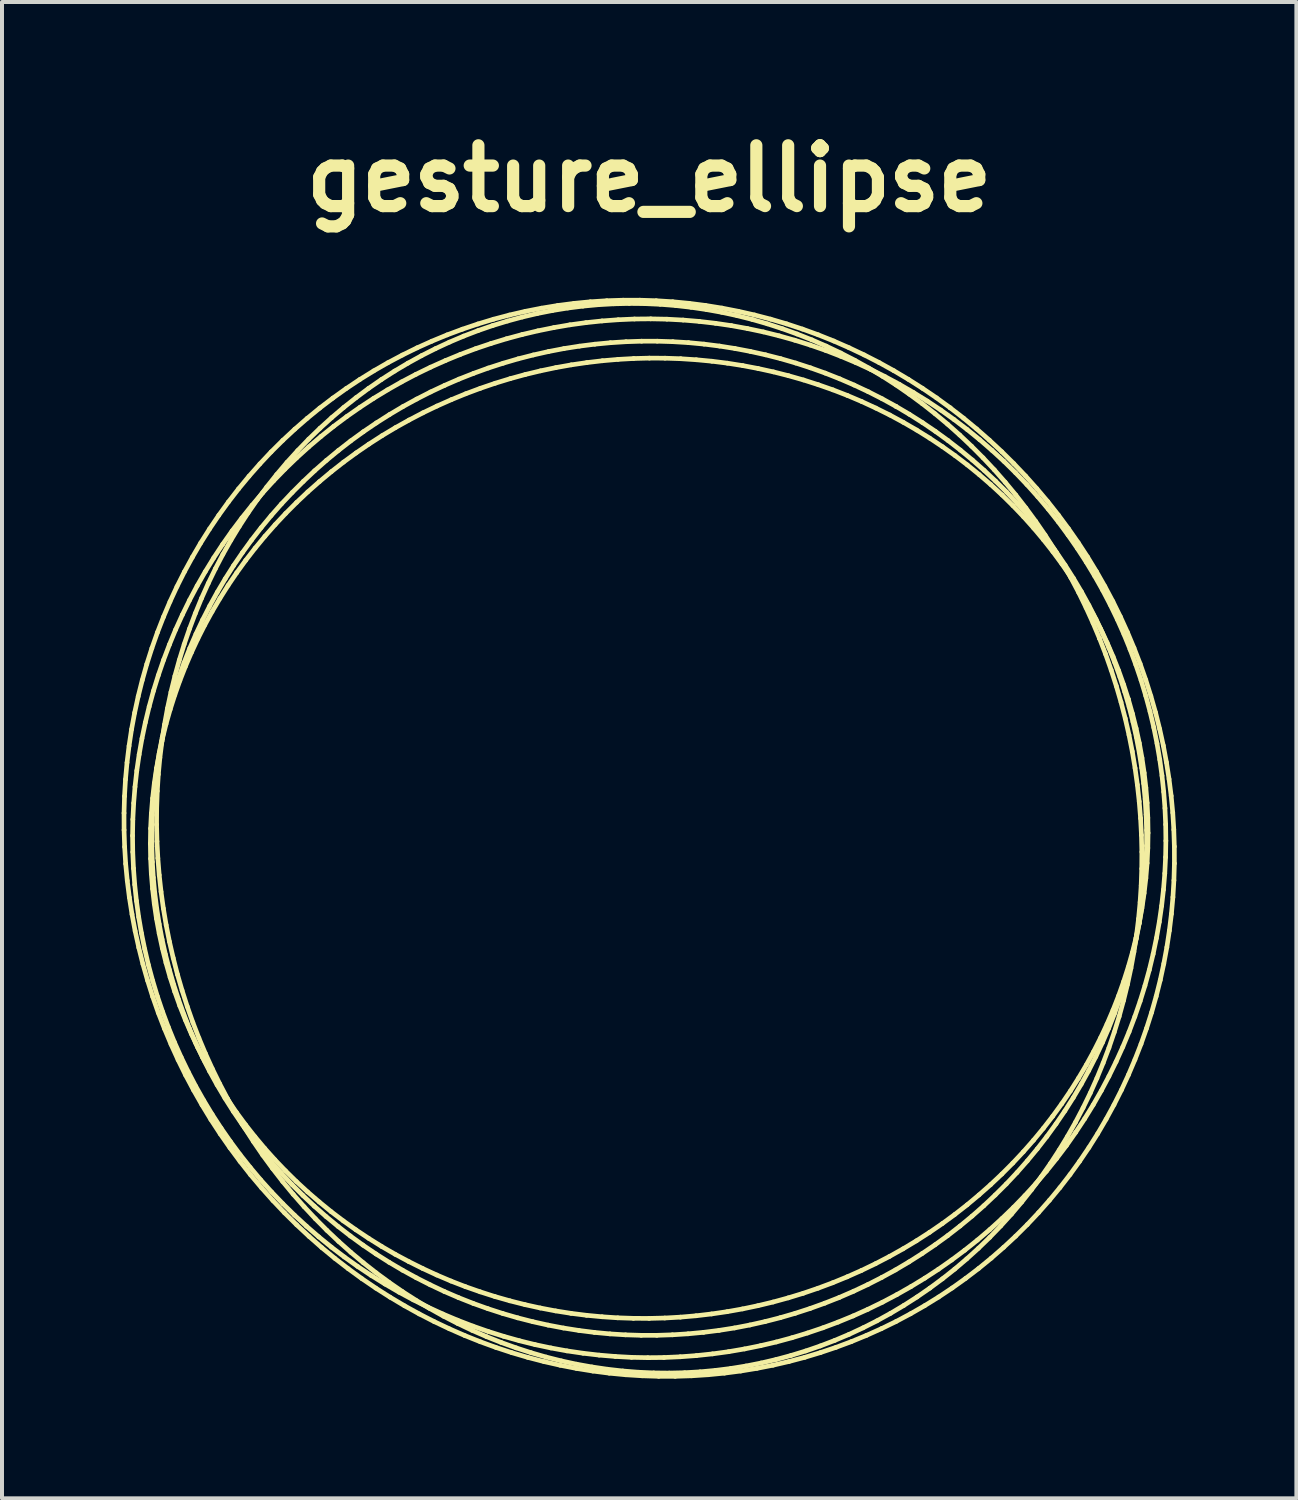
<source format=kicad_pcb>
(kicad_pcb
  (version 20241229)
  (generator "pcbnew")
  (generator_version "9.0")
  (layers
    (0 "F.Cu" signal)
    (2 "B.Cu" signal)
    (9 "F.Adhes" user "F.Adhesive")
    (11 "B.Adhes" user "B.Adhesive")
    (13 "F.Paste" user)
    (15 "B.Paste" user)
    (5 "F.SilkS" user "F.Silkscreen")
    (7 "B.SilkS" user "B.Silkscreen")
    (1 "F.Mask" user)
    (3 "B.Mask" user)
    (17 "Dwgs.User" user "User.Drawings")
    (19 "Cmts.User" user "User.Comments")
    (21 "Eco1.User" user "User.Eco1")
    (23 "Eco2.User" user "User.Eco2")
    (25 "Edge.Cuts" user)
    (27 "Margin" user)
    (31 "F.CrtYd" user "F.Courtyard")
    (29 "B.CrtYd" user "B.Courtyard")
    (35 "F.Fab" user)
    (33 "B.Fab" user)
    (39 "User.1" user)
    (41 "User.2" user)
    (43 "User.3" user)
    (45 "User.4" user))
  (footprint "gesture_ellipse"
    (layer "F.Cu")
    (at 13.224 17.963)
    (property "Reference" "gesture_ellipse" (at 0 -16.536 0) (layer "F.SilkS") (effects (font (size 1.524 1.524) (thickness 0.305))))
    (attr smd)
    (fp_line (start -13.165 -0.631) (end -13.164 -0.208) (stroke (width 0.117) (type solid)) (layer "F.SilkS"))
    (fp_line (start -13.164 -0.208) (end -13.15 0.216) (stroke (width 0.117) (type solid)) (layer "F.SilkS"))
    (fp_line (start -13.153 -1.054) (end -13.165 -0.631) (stroke (width 0.117) (type solid)) (layer "F.SilkS"))
    (fp_line (start -13.15 0.216) (end -13.124 0.64) (stroke (width 0.117) (type solid)) (layer "F.SilkS"))
    (fp_line (start -13.128 -1.476) (end -13.153 -1.054) (stroke (width 0.117) (type solid)) (layer "F.SilkS"))
    (fp_line (start -13.124 0.64) (end -13.084 1.063) (stroke (width 0.117) (type solid)) (layer "F.SilkS"))
    (fp_line (start -13.09 -1.897) (end -13.128 -1.476) (stroke (width 0.117) (type solid)) (layer "F.SilkS"))
    (fp_line (start -13.084 1.063) (end -13.031 1.484) (stroke (width 0.117) (type solid)) (layer "F.SilkS"))
    (fp_line (start -13.039 -2.315) (end -13.09 -1.897) (stroke (width 0.117) (type solid)) (layer "F.SilkS"))
    (fp_line (start -13.031 1.484) (end -12.965 1.905) (stroke (width 0.117) (type solid)) (layer "F.SilkS"))
    (fp_line (start -12.976 -2.732) (end -13.039 -2.315) (stroke (width 0.117) (type solid)) (layer "F.SilkS"))
    (fp_line (start -12.965 1.905) (end -12.887 2.323) (stroke (width 0.117) (type solid)) (layer "F.SilkS"))
    (fp_line (start -12.951 -0.064) (end -12.946 0.345) (stroke (width 0.117) (type solid)) (layer "F.SilkS"))
    (fp_line (start -12.946 0.345) (end -12.928 0.754) (stroke (width 0.117) (type solid)) (layer "F.SilkS"))
    (fp_line (start -12.944 -0.473) (end -12.951 -0.064) (stroke (width 0.117) (type solid)) (layer "F.SilkS"))
    (fp_line (start -12.928 0.754) (end -12.897 1.162) (stroke (width 0.117) (type solid)) (layer "F.SilkS"))
    (fp_line (start -12.923 -0.881) (end -12.944 -0.473) (stroke (width 0.117) (type solid)) (layer "F.SilkS"))
    (fp_line (start -12.899 -3.145) (end -12.976 -2.732) (stroke (width 0.117) (type solid)) (layer "F.SilkS"))
    (fp_line (start -12.897 1.162) (end -12.854 1.569) (stroke (width 0.117) (type solid)) (layer "F.SilkS"))
    (fp_line (start -12.89 -1.289) (end -12.923 -0.881) (stroke (width 0.117) (type solid)) (layer "F.SilkS"))
    (fp_line (start -12.887 2.323) (end -12.795 2.74) (stroke (width 0.117) (type solid)) (layer "F.SilkS"))
    (fp_line (start -12.854 1.569) (end -12.798 1.974) (stroke (width 0.117) (type solid)) (layer "F.SilkS"))
    (fp_line (start -12.845 -1.695) (end -12.89 -1.289) (stroke (width 0.117) (type solid)) (layer "F.SilkS"))
    (fp_line (start -12.81 -3.556) (end -12.899 -3.145) (stroke (width 0.117) (type solid)) (layer "F.SilkS"))
    (fp_line (start -12.798 1.974) (end -12.729 2.377) (stroke (width 0.117) (type solid)) (layer "F.SilkS"))
    (fp_line (start -12.795 2.74) (end -12.692 3.153) (stroke (width 0.117) (type solid)) (layer "F.SilkS"))
    (fp_line (start -12.786 -2.1) (end -12.845 -1.695) (stroke (width 0.117) (type solid)) (layer "F.SilkS"))
    (fp_line (start -12.729 2.377) (end -12.647 2.778) (stroke (width 0.117) (type solid)) (layer "F.SilkS"))
    (fp_line (start -12.715 -2.502) (end -12.786 -2.1) (stroke (width 0.117) (type solid)) (layer "F.SilkS"))
    (fp_line (start -12.708 -3.963) (end -12.81 -3.556) (stroke (width 0.117) (type solid)) (layer "F.SilkS"))
    (fp_line (start -12.692 3.153) (end -12.575 3.564) (stroke (width 0.117) (type solid)) (layer "F.SilkS"))
    (fp_line (start -12.647 2.778) (end -12.554 3.176) (stroke (width 0.117) (type solid)) (layer "F.SilkS"))
    (fp_line (start -12.631 -2.902) (end -12.715 -2.502) (stroke (width 0.117) (type solid)) (layer "F.SilkS"))
    (fp_line (start -12.594 -4.366) (end -12.708 -3.963) (stroke (width 0.117) (type solid)) (layer "F.SilkS"))
    (fp_line (start -12.575 3.564) (end -12.447 3.971) (stroke (width 0.117) (type solid)) (layer "F.SilkS"))
    (fp_line (start -12.554 3.176) (end -12.447 3.571) (stroke (width 0.117) (type solid)) (layer "F.SilkS"))
    (fp_line (start -12.535 -3.3) (end -12.631 -2.902) (stroke (width 0.117) (type solid)) (layer "F.SilkS"))
    (fp_line (start -12.505 0.133) (end -12.499 0.511) (stroke (width 0.117) (type solid)) (layer "F.SilkS"))
    (fp_line (start -12.499 0.511) (end -12.481 0.888) (stroke (width 0.117) (type solid)) (layer "F.SilkS"))
    (fp_line (start -12.499 -0.245) (end -12.505 0.133) (stroke (width 0.117) (type solid)) (layer "F.SilkS"))
    (fp_line (start -12.481 0.888) (end -12.45 1.265) (stroke (width 0.117) (type solid)) (layer "F.SilkS"))
    (fp_line (start -12.48 -0.623) (end -12.499 -0.245) (stroke (width 0.117) (type solid)) (layer "F.SilkS"))
    (fp_line (start -12.467 0.203) (end -12.455 0.595) (stroke (width 0.117) (type solid)) (layer "F.SilkS"))
    (fp_line (start -12.467 -0.188) (end -12.467 0.203) (stroke (width 0.117) (type solid)) (layer "F.SilkS"))
    (fp_line (start -12.467 -4.764) (end -12.594 -4.366) (stroke (width 0.117) (type solid)) (layer "F.SilkS"))
    (fp_line (start -12.455 0.595) (end -12.431 0.985) (stroke (width 0.117) (type solid)) (layer "F.SilkS"))
    (fp_line (start -12.455 -0.579) (end -12.467 -0.188) (stroke (width 0.117) (type solid)) (layer "F.SilkS"))
    (fp_line (start -12.45 1.265) (end -12.407 1.64) (stroke (width 0.117) (type solid)) (layer "F.SilkS"))
    (fp_line (start -12.449 -1) (end -12.48 -0.623) (stroke (width 0.117) (type solid)) (layer "F.SilkS"))
    (fp_line (start -12.447 3.571) (end -12.329 3.963) (stroke (width 0.117) (type solid)) (layer "F.SilkS"))
    (fp_line (start -12.447 3.971) (end -12.306 4.374) (stroke (width 0.117) (type solid)) (layer "F.SilkS"))
    (fp_line (start -12.431 0.985) (end -12.394 1.375) (stroke (width 0.117) (type solid)) (layer "F.SilkS"))
    (fp_line (start -12.43 -0.97) (end -12.455 -0.579) (stroke (width 0.117) (type solid)) (layer "F.SilkS"))
    (fp_line (start -12.427 -3.694) (end -12.535 -3.3) (stroke (width 0.117) (type solid)) (layer "F.SilkS"))
    (fp_line (start -12.407 1.64) (end -12.352 2.014) (stroke (width 0.117) (type solid)) (layer "F.SilkS"))
    (fp_line (start -12.406 -1.377) (end -12.449 -1) (stroke (width 0.117) (type solid)) (layer "F.SilkS"))
    (fp_line (start -12.394 1.375) (end -12.345 1.764) (stroke (width 0.117) (type solid)) (layer "F.SilkS"))
    (fp_line (start -12.393 -1.36) (end -12.43 -0.97) (stroke (width 0.117) (type solid)) (layer "F.SilkS"))
    (fp_line (start -12.352 2.014) (end -12.284 2.386) (stroke (width 0.117) (type solid)) (layer "F.SilkS"))
    (fp_line (start -12.351 -1.752) (end -12.406 -1.377) (stroke (width 0.117) (type solid)) (layer "F.SilkS"))
    (fp_line (start -12.349 -0.342) (end -12.339 0.079) (stroke (width 0.117) (type solid)) (layer "F.SilkS"))
    (fp_line (start -12.346 -0.763) (end -12.349 -0.342) (stroke (width 0.117) (type solid)) (layer "F.SilkS"))
    (fp_line (start -12.345 1.764) (end -12.284 2.15) (stroke (width 0.117) (type solid)) (layer "F.SilkS"))
    (fp_line (start -12.344 -1.748) (end -12.393 -1.36) (stroke (width 0.117) (type solid)) (layer "F.SilkS"))
    (fp_line (start -12.339 0.079) (end -12.317 0.5) (stroke (width 0.117) (type solid)) (layer "F.SilkS"))
    (fp_line (start -12.331 -1.183) (end -12.346 -0.763) (stroke (width 0.117) (type solid)) (layer "F.SilkS"))
    (fp_line (start -12.329 3.963) (end -12.198 4.35) (stroke (width 0.117) (type solid)) (layer "F.SilkS"))
    (fp_line (start -12.328 -5.159) (end -12.467 -4.764) (stroke (width 0.117) (type solid)) (layer "F.SilkS"))
    (fp_line (start -12.317 0.5) (end -12.283 0.921) (stroke (width 0.117) (type solid)) (layer "F.SilkS"))
    (fp_line (start -12.306 -4.084) (end -12.427 -3.694) (stroke (width 0.117) (type solid)) (layer "F.SilkS"))
    (fp_line (start -12.306 4.374) (end -12.152 4.772) (stroke (width 0.117) (type solid)) (layer "F.SilkS"))
    (fp_line (start -12.305 -1.602) (end -12.331 -1.183) (stroke (width 0.117) (type solid)) (layer "F.SilkS"))
    (fp_line (start -12.284 2.386) (end -12.205 2.755) (stroke (width 0.117) (type solid)) (layer "F.SilkS"))
    (fp_line (start -12.284 2.15) (end -12.211 2.535) (stroke (width 0.117) (type solid)) (layer "F.SilkS"))
    (fp_line (start -12.283 0.921) (end -12.237 1.34) (stroke (width 0.117) (type solid)) (layer "F.SilkS"))
    (fp_line (start -12.283 -2.125) (end -12.351 -1.752) (stroke (width 0.117) (type solid)) (layer "F.SilkS"))
    (fp_line (start -12.282 -2.135) (end -12.344 -1.748) (stroke (width 0.117) (type solid)) (layer "F.SilkS"))
    (fp_line (start -12.266 -2.019) (end -12.305 -1.602) (stroke (width 0.117) (type solid)) (layer "F.SilkS"))
    (fp_line (start -12.237 1.34) (end -12.179 1.759) (stroke (width 0.117) (type solid)) (layer "F.SilkS"))
    (fp_line (start -12.214 -2.434) (end -12.266 -2.019) (stroke (width 0.117) (type solid)) (layer "F.SilkS"))
    (fp_line (start -12.211 2.535) (end -12.126 2.917) (stroke (width 0.117) (type solid)) (layer "F.SilkS"))
    (fp_line (start -12.209 -2.519) (end -12.282 -2.135) (stroke (width 0.117) (type solid)) (layer "F.SilkS"))
    (fp_line (start -12.205 2.755) (end -12.113 3.122) (stroke (width 0.117) (type solid)) (layer "F.SilkS"))
    (fp_line (start -12.203 -2.496) (end -12.283 -2.125) (stroke (width 0.117) (type solid)) (layer "F.SilkS"))
    (fp_line (start -12.198 4.35) (end -12.055 4.734) (stroke (width 0.117) (type solid)) (layer "F.SilkS"))
    (fp_line (start -12.179 1.759) (end -12.109 2.175) (stroke (width 0.117) (type solid)) (layer "F.SilkS"))
    (fp_line (start -12.176 -5.548) (end -12.328 -5.159) (stroke (width 0.117) (type solid)) (layer "F.SilkS"))
    (fp_line (start -12.173 -4.47) (end -12.306 -4.084) (stroke (width 0.117) (type solid)) (layer "F.SilkS"))
    (fp_line (start -12.152 4.772) (end -11.987 5.166) (stroke (width 0.117) (type solid)) (layer "F.SilkS"))
    (fp_line (start -12.151 -2.847) (end -12.214 -2.434) (stroke (width 0.117) (type solid)) (layer "F.SilkS"))
    (fp_line (start -12.126 2.917) (end -12.028 3.296) (stroke (width 0.117) (type solid)) (layer "F.SilkS"))
    (fp_line (start -12.123 -2.902) (end -12.209 -2.519) (stroke (width 0.117) (type solid)) (layer "F.SilkS"))
    (fp_line (start -12.113 3.122) (end -12.01 3.486) (stroke (width 0.117) (type solid)) (layer "F.SilkS"))
    (fp_line (start -12.112 -2.864) (end -12.203 -2.496) (stroke (width 0.117) (type solid)) (layer "F.SilkS"))
    (fp_line (start -12.109 2.175) (end -12.027 2.59) (stroke (width 0.117) (type solid)) (layer "F.SilkS"))
    (fp_line (start -12.076 -3.257) (end -12.151 -2.847) (stroke (width 0.117) (type solid)) (layer "F.SilkS"))
    (fp_line (start -12.055 4.734) (end -11.901 5.112) (stroke (width 0.117) (type solid)) (layer "F.SilkS"))
    (fp_line (start -12.028 -4.852) (end -12.173 -4.47) (stroke (width 0.117) (type solid)) (layer "F.SilkS"))
    (fp_line (start -12.028 3.296) (end -11.919 3.672) (stroke (width 0.117) (type solid)) (layer "F.SilkS"))
    (fp_line (start -12.027 2.59) (end -11.932 3.002) (stroke (width 0.117) (type solid)) (layer "F.SilkS"))
    (fp_line (start -12.025 -3.281) (end -12.123 -2.902) (stroke (width 0.117) (type solid)) (layer "F.SilkS"))
    (fp_line (start -12.013 -5.931) (end -12.176 -5.548) (stroke (width 0.117) (type solid)) (layer "F.SilkS"))
    (fp_line (start -12.01 3.486) (end -11.894 3.846) (stroke (width 0.117) (type solid)) (layer "F.SilkS"))
    (fp_line (start -12.008 -3.23) (end -12.112 -2.864) (stroke (width 0.117) (type solid)) (layer "F.SilkS"))
    (fp_line (start -11.989 -3.664) (end -12.076 -3.257) (stroke (width 0.117) (type solid)) (layer "F.SilkS"))
    (fp_line (start -11.987 5.166) (end -11.81 5.555) (stroke (width 0.117) (type solid)) (layer "F.SilkS"))
    (fp_line (start -11.932 3.002) (end -11.827 3.411) (stroke (width 0.117) (type solid)) (layer "F.SilkS"))
    (fp_line (start -11.919 3.672) (end -11.798 4.044) (stroke (width 0.117) (type solid)) (layer "F.SilkS"))
    (fp_line (start -11.916 -3.657) (end -12.025 -3.281) (stroke (width 0.117) (type solid)) (layer "F.SilkS"))
    (fp_line (start -11.901 5.112) (end -11.734 5.486) (stroke (width 0.117) (type solid)) (layer "F.SilkS"))
    (fp_line (start -11.894 3.846) (end -11.767 4.202) (stroke (width 0.117) (type solid)) (layer "F.SilkS"))
    (fp_line (start -11.892 -3.593) (end -12.008 -3.23) (stroke (width 0.117) (type solid)) (layer "F.SilkS"))
    (fp_line (start -11.89 -4.067) (end -11.989 -3.664) (stroke (width 0.117) (type solid)) (layer "F.SilkS"))
    (fp_line (start -11.872 -5.229) (end -12.028 -4.852) (stroke (width 0.117) (type solid)) (layer "F.SilkS"))
    (fp_line (start -11.838 -6.309) (end -12.013 -5.931) (stroke (width 0.117) (type solid)) (layer "F.SilkS"))
    (fp_line (start -11.827 3.411) (end -11.709 3.816) (stroke (width 0.117) (type solid)) (layer "F.SilkS"))
    (fp_line (start -11.81 5.555) (end -11.622 5.938) (stroke (width 0.117) (type solid)) (layer "F.SilkS"))
    (fp_line (start -11.798 4.044) (end -11.666 4.412) (stroke (width 0.117) (type solid)) (layer "F.SilkS"))
    (fp_line (start -11.795 -4.029) (end -11.916 -3.657) (stroke (width 0.117) (type solid)) (layer "F.SilkS"))
    (fp_line (start -11.779 -4.467) (end -11.89 -4.067) (stroke (width 0.117) (type solid)) (layer "F.SilkS"))
    (fp_line (start -11.767 4.202) (end -11.628 4.554) (stroke (width 0.117) (type solid)) (layer "F.SilkS"))
    (fp_line (start -11.765 -3.952) (end -11.892 -3.593) (stroke (width 0.117) (type solid)) (layer "F.SilkS"))
    (fp_line (start -11.734 5.486) (end -11.556 5.854) (stroke (width 0.117) (type solid)) (layer "F.SilkS"))
    (fp_line (start -11.709 3.816) (end -11.58 4.218) (stroke (width 0.117) (type solid)) (layer "F.SilkS"))
    (fp_line (start -11.703 -5.601) (end -11.872 -5.229) (stroke (width 0.117) (type solid)) (layer "F.SilkS"))
    (fp_line (start -11.666 4.412) (end -11.522 4.776) (stroke (width 0.117) (type solid)) (layer "F.SilkS"))
    (fp_line (start -11.662 -4.398) (end -11.795 -4.029) (stroke (width 0.117) (type solid)) (layer "F.SilkS"))
    (fp_line (start -11.657 -4.862) (end -11.779 -4.467) (stroke (width 0.117) (type solid)) (layer "F.SilkS"))
    (fp_line (start -11.651 -6.68) (end -11.838 -6.309) (stroke (width 0.117) (type solid)) (layer "F.SilkS"))
    (fp_line (start -11.628 4.554) (end -11.478 4.902) (stroke (width 0.117) (type solid)) (layer "F.SilkS"))
    (fp_line (start -11.626 -4.307) (end -11.765 -3.952) (stroke (width 0.117) (type solid)) (layer "F.SilkS"))
    (fp_line (start -11.622 5.938) (end -11.421 6.316) (stroke (width 0.117) (type solid)) (layer "F.SilkS"))
    (fp_line (start -11.58 4.218) (end -11.44 4.616) (stroke (width 0.117) (type solid)) (layer "F.SilkS"))
    (fp_line (start -11.556 5.854) (end -11.367 6.217) (stroke (width 0.117) (type solid)) (layer "F.SilkS"))
    (fp_line (start -11.523 -5.252) (end -11.657 -4.862) (stroke (width 0.117) (type solid)) (layer "F.SilkS"))
    (fp_line (start -11.523 -5.968) (end -11.703 -5.601) (stroke (width 0.117) (type solid)) (layer "F.SilkS"))
    (fp_line (start -11.522 4.776) (end -11.366 5.135) (stroke (width 0.117) (type solid)) (layer "F.SilkS"))
    (fp_line (start -11.518 -4.762) (end -11.662 -4.398) (stroke (width 0.117) (type solid)) (layer "F.SilkS"))
    (fp_line (start -11.478 4.902) (end -11.317 5.245) (stroke (width 0.117) (type solid)) (layer "F.SilkS"))
    (fp_line (start -11.475 -4.658) (end -11.626 -4.307) (stroke (width 0.117) (type solid)) (layer "F.SilkS"))
    (fp_line (start -11.452 -7.045) (end -11.651 -6.68) (stroke (width 0.117) (type solid)) (layer "F.SilkS"))
    (fp_line (start -11.44 4.616) (end -11.288 5.009) (stroke (width 0.117) (type solid)) (layer "F.SilkS"))
    (fp_line (start -11.421 6.316) (end -11.21 6.687) (stroke (width 0.117) (type solid)) (layer "F.SilkS"))
    (fp_line (start -11.378 -5.636) (end -11.523 -5.252) (stroke (width 0.117) (type solid)) (layer "F.SilkS"))
    (fp_line (start -11.367 6.217) (end -11.166 6.573) (stroke (width 0.117) (type solid)) (layer "F.SilkS"))
    (fp_line (start -11.366 5.135) (end -11.2 5.489) (stroke (width 0.117) (type solid)) (layer "F.SilkS"))
    (fp_line (start -11.362 -5.121) (end -11.518 -4.762) (stroke (width 0.117) (type solid)) (layer "F.SilkS"))
    (fp_line (start -11.332 -6.328) (end -11.523 -5.968) (stroke (width 0.117) (type solid)) (layer "F.SilkS"))
    (fp_line (start -11.317 5.245) (end -11.144 5.583) (stroke (width 0.117) (type solid)) (layer "F.SilkS"))
    (fp_line (start -11.314 -5.004) (end -11.475 -4.658) (stroke (width 0.117) (type solid)) (layer "F.SilkS"))
    (fp_line (start -11.288 5.009) (end -11.125 5.397) (stroke (width 0.117) (type solid)) (layer "F.SilkS"))
    (fp_line (start -11.243 -7.403) (end -11.452 -7.045) (stroke (width 0.117) (type solid)) (layer "F.SilkS"))
    (fp_line (start -11.222 -6.016) (end -11.378 -5.636) (stroke (width 0.117) (type solid)) (layer "F.SilkS"))
    (fp_line (start -11.21 6.687) (end -10.988 7.052) (stroke (width 0.117) (type solid)) (layer "F.SilkS"))
    (fp_line (start -11.2 5.489) (end -11.022 5.838) (stroke (width 0.117) (type solid)) (layer "F.SilkS"))
    (fp_line (start -11.195 -5.475) (end -11.362 -5.121) (stroke (width 0.117) (type solid)) (layer "F.SilkS"))
    (fp_line (start -11.166 6.573) (end -10.955 6.923) (stroke (width 0.117) (type solid)) (layer "F.SilkS"))
    (fp_line (start -11.144 5.583) (end -10.96 5.915) (stroke (width 0.117) (type solid)) (layer "F.SilkS"))
    (fp_line (start -11.141 -5.346) (end -11.314 -5.004) (stroke (width 0.117) (type solid)) (layer "F.SilkS"))
    (fp_line (start -11.129 -6.683) (end -11.332 -6.328) (stroke (width 0.117) (type solid)) (layer "F.SilkS"))
    (fp_line (start -11.125 5.397) (end -10.951 5.78) (stroke (width 0.117) (type solid)) (layer "F.SilkS"))
    (fp_line (start -11.054 -6.389) (end -11.222 -6.016) (stroke (width 0.117) (type solid)) (layer "F.SilkS"))
    (fp_line (start -11.022 5.838) (end -10.833 6.181) (stroke (width 0.117) (type solid)) (layer "F.SilkS"))
    (fp_line (start -11.022 -7.753) (end -11.243 -7.403) (stroke (width 0.117) (type solid)) (layer "F.SilkS"))
    (fp_line (start -11.017 -5.824) (end -11.195 -5.475) (stroke (width 0.117) (type solid)) (layer "F.SilkS"))
    (fp_line (start -10.988 7.052) (end -10.754 7.41) (stroke (width 0.117) (type solid)) (layer "F.SilkS"))
    (fp_line (start -10.96 5.915) (end -10.766 6.241) (stroke (width 0.117) (type solid)) (layer "F.SilkS"))
    (fp_line (start -10.957 -5.682) (end -11.141 -5.346) (stroke (width 0.117) (type solid)) (layer "F.SilkS"))
    (fp_line (start -10.955 6.923) (end -10.732 7.266) (stroke (width 0.117) (type solid)) (layer "F.SilkS"))
    (fp_line (start -10.951 5.78) (end -10.766 6.157) (stroke (width 0.117) (type solid)) (layer "F.SilkS"))
    (fp_line (start -10.916 -7.03) (end -11.129 -6.683) (stroke (width 0.117) (type solid)) (layer "F.SilkS"))
    (fp_line (start -10.876 -6.756) (end -11.054 -6.389) (stroke (width 0.117) (type solid)) (layer "F.SilkS"))
    (fp_line (start -10.833 6.181) (end -10.634 6.518) (stroke (width 0.117) (type solid)) (layer "F.SilkS"))
    (fp_line (start -10.828 -6.167) (end -11.017 -5.824) (stroke (width 0.117) (type solid)) (layer "F.SilkS"))
    (fp_line (start -10.79 -8.096) (end -11.022 -7.753) (stroke (width 0.117) (type solid)) (layer "F.SilkS"))
    (fp_line (start -10.766 6.157) (end -10.571 6.528) (stroke (width 0.117) (type solid)) (layer "F.SilkS"))
    (fp_line (start -10.766 6.241) (end -10.56 6.561) (stroke (width 0.117) (type solid)) (layer "F.SilkS"))
    (fp_line (start -10.762 -6.012) (end -10.957 -5.682) (stroke (width 0.117) (type solid)) (layer "F.SilkS"))
    (fp_line (start -10.754 7.41) (end -10.51 7.76) (stroke (width 0.117) (type solid)) (layer "F.SilkS"))
    (fp_line (start -10.732 7.266) (end -10.499 7.601) (stroke (width 0.117) (type solid)) (layer "F.SilkS"))
    (fp_line (start -10.691 -7.371) (end -10.916 -7.03) (stroke (width 0.117) (type solid)) (layer "F.SilkS"))
    (fp_line (start -10.687 -7.117) (end -10.876 -6.756) (stroke (width 0.117) (type solid)) (layer "F.SilkS"))
    (fp_line (start -10.634 6.518) (end -10.425 6.848) (stroke (width 0.117) (type solid)) (layer "F.SilkS"))
    (fp_line (start -10.629 -6.504) (end -10.828 -6.167) (stroke (width 0.117) (type solid)) (layer "F.SilkS"))
    (fp_line (start -10.571 6.528) (end -10.365 6.892) (stroke (width 0.117) (type solid)) (layer "F.SilkS"))
    (fp_line (start -10.56 6.561) (end -10.345 6.875) (stroke (width 0.117) (type solid)) (layer "F.SilkS"))
    (fp_line (start -10.557 -6.337) (end -10.762 -6.012) (stroke (width 0.117) (type solid)) (layer "F.SilkS"))
    (fp_line (start -10.548 -8.431) (end -10.79 -8.096) (stroke (width 0.117) (type solid)) (layer "F.SilkS"))
    (fp_line (start -10.51 7.76) (end -10.256 8.103) (stroke (width 0.117) (type solid)) (layer "F.SilkS"))
    (fp_line (start -10.499 7.601) (end -10.256 7.93) (stroke (width 0.117) (type solid)) (layer "F.SilkS"))
    (fp_line (start -10.487 -7.47) (end -10.687 -7.117) (stroke (width 0.117) (type solid)) (layer "F.SilkS"))
    (fp_line (start -10.456 -7.705) (end -10.691 -7.371) (stroke (width 0.117) (type solid)) (layer "F.SilkS"))
    (fp_line (start -10.425 6.848) (end -10.204 7.172) (stroke (width 0.117) (type solid)) (layer "F.SilkS"))
    (fp_line (start -10.419 -6.835) (end -10.629 -6.504) (stroke (width 0.117) (type solid)) (layer "F.SilkS"))
    (fp_line (start -10.365 6.892) (end -10.149 7.25) (stroke (width 0.117) (type solid)) (layer "F.SilkS"))
    (fp_line (start -10.345 6.875) (end -10.119 7.182) (stroke (width 0.117) (type solid)) (layer "F.SilkS"))
    (fp_line (start -10.341 -6.655) (end -10.557 -6.337) (stroke (width 0.117) (type solid)) (layer "F.SilkS"))
    (fp_line (start -10.295 -8.758) (end -10.548 -8.431) (stroke (width 0.117) (type solid)) (layer "F.SilkS"))
    (fp_line (start -10.277 -7.816) (end -10.487 -7.47) (stroke (width 0.117) (type solid)) (layer "F.SilkS"))
    (fp_line (start -10.256 8.103) (end -9.992 8.438) (stroke (width 0.117) (type solid)) (layer "F.SilkS"))
    (fp_line (start -10.256 7.93) (end -10.002 8.25) (stroke (width 0.117) (type solid)) (layer "F.SilkS"))
    (fp_line (start -10.211 -8.03) (end -10.456 -7.705) (stroke (width 0.117) (type solid)) (layer "F.SilkS"))
    (fp_line (start -10.204 7.172) (end -9.974 7.488) (stroke (width 0.117) (type solid)) (layer "F.SilkS"))
    (fp_line (start -10.198 -7.159) (end -10.419 -6.835) (stroke (width 0.117) (type solid)) (layer "F.SilkS"))
    (fp_line (start -10.149 7.25) (end -9.923 7.601) (stroke (width 0.117) (type solid)) (layer "F.SilkS"))
    (fp_line (start -10.119 7.182) (end -9.883 7.482) (stroke (width 0.117) (type solid)) (layer "F.SilkS"))
    (fp_line (start -10.115 -6.967) (end -10.341 -6.655) (stroke (width 0.117) (type solid)) (layer "F.SilkS"))
    (fp_line (start -10.057 -8.154) (end -10.277 -7.816) (stroke (width 0.117) (type solid)) (layer "F.SilkS"))
    (fp_line (start -10.032 -9.076) (end -10.295 -8.758) (stroke (width 0.117) (type solid)) (layer "F.SilkS"))
    (fp_line (start -10.002 8.25) (end -9.739 8.563) (stroke (width 0.117) (type solid)) (layer "F.SilkS"))
    (fp_line (start -9.992 8.438) (end -9.717 8.764) (stroke (width 0.117) (type solid)) (layer "F.SilkS"))
    (fp_line (start -9.974 7.488) (end -9.734 7.797) (stroke (width 0.117) (type solid)) (layer "F.SilkS"))
    (fp_line (start -9.968 -7.476) (end -10.198 -7.159) (stroke (width 0.117) (type solid)) (layer "F.SilkS"))
    (fp_line (start -9.956 -8.348) (end -10.211 -8.03) (stroke (width 0.117) (type solid)) (layer "F.SilkS"))
    (fp_line (start -9.923 7.601) (end -9.688 7.944) (stroke (width 0.117) (type solid)) (layer "F.SilkS"))
    (fp_line (start -9.883 7.482) (end -9.638 7.774) (stroke (width 0.117) (type solid)) (layer "F.SilkS"))
    (fp_line (start -9.879 -7.272) (end -10.115 -6.967) (stroke (width 0.117) (type solid)) (layer "F.SilkS"))
    (fp_line (start -9.827 -8.484) (end -10.057 -8.154) (stroke (width 0.117) (type solid)) (layer "F.SilkS"))
    (fp_line (start -9.759 -9.385) (end -10.032 -9.076) (stroke (width 0.117) (type solid)) (layer "F.SilkS"))
    (fp_line (start -9.739 8.563) (end -9.466 8.866) (stroke (width 0.117) (type solid)) (layer "F.SilkS"))
    (fp_line (start -9.734 7.797) (end -9.485 8.099) (stroke (width 0.117) (type solid)) (layer "F.SilkS"))
    (fp_line (start -9.728 -7.785) (end -9.968 -7.476) (stroke (width 0.117) (type solid)) (layer "F.SilkS"))
    (fp_line (start -9.717 8.764) (end -9.433 9.082) (stroke (width 0.117) (type solid)) (layer "F.SilkS"))
    (fp_line (start -9.691 -8.658) (end -9.956 -8.348) (stroke (width 0.117) (type solid)) (layer "F.SilkS"))
    (fp_line (start -9.688 7.944) (end -9.442 8.279) (stroke (width 0.117) (type solid)) (layer "F.SilkS"))
    (fp_line (start -9.638 7.774) (end -9.383 8.059) (stroke (width 0.117) (type solid)) (layer "F.SilkS"))
    (fp_line (start -9.633 -7.57) (end -9.879 -7.272) (stroke (width 0.117) (type solid)) (layer "F.SilkS"))
    (fp_line (start -9.587 -8.806) (end -9.827 -8.484) (stroke (width 0.117) (type solid)) (layer "F.SilkS"))
    (fp_line (start -9.485 8.099) (end -9.226 8.392) (stroke (width 0.117) (type solid)) (layer "F.SilkS"))
    (fp_line (start -9.478 -8.087) (end -9.728 -7.785) (stroke (width 0.117) (type solid)) (layer "F.SilkS"))
    (fp_line (start -9.477 -9.685) (end -9.759 -9.385) (stroke (width 0.117) (type solid)) (layer "F.SilkS"))
    (fp_line (start -9.466 8.866) (end -9.184 9.161) (stroke (width 0.117) (type solid)) (layer "F.SilkS"))
    (fp_line (start -9.442 8.279) (end -9.188 8.606) (stroke (width 0.117) (type solid)) (layer "F.SilkS"))
    (fp_line (start -9.433 9.082) (end -9.14 9.391) (stroke (width 0.117) (type solid)) (layer "F.SilkS"))
    (fp_line (start -9.416 -8.959) (end -9.691 -8.658) (stroke (width 0.117) (type solid)) (layer "F.SilkS"))
    (fp_line (start -9.383 8.059) (end -9.118 8.336) (stroke (width 0.117) (type solid)) (layer "F.SilkS"))
    (fp_line (start -9.378 -7.86) (end -9.633 -7.57) (stroke (width 0.117) (type solid)) (layer "F.SilkS"))
    (fp_line (start -9.338 -9.119) (end -9.587 -8.806) (stroke (width 0.117) (type solid)) (layer "F.SilkS"))
    (fp_line (start -9.226 8.392) (end -8.958 8.678) (stroke (width 0.117) (type solid)) (layer "F.SilkS"))
    (fp_line (start -9.219 -8.381) (end -9.478 -8.087) (stroke (width 0.117) (type solid)) (layer "F.SilkS"))
    (fp_line (start -9.188 8.606) (end -8.924 8.925) (stroke (width 0.117) (type solid)) (layer "F.SilkS"))
    (fp_line (start -9.185 -9.975) (end -9.477 -9.685) (stroke (width 0.117) (type solid)) (layer "F.SilkS"))
    (fp_line (start -9.184 9.161) (end -8.892 9.448) (stroke (width 0.117) (type solid)) (layer "F.SilkS"))
    (fp_line (start -9.14 9.391) (end -8.838 9.69) (stroke (width 0.117) (type solid)) (layer "F.SilkS"))
    (fp_line (start -9.132 -9.252) (end -9.416 -8.959) (stroke (width 0.117) (type solid)) (layer "F.SilkS"))
    (fp_line (start -9.118 8.336) (end -8.845 8.605) (stroke (width 0.117) (type solid)) (layer "F.SilkS"))
    (fp_line (start -9.114 -8.142) (end -9.378 -7.86) (stroke (width 0.117) (type solid)) (layer "F.SilkS"))
    (fp_line (start -9.08 -9.424) (end -9.338 -9.119) (stroke (width 0.117) (type solid)) (layer "F.SilkS"))
    (fp_line (start -8.958 8.678) (end -8.681 8.954) (stroke (width 0.117) (type solid)) (layer "F.SilkS"))
    (fp_line (start -8.95 -8.666) (end -9.219 -8.381) (stroke (width 0.117) (type solid)) (layer "F.SilkS"))
    (fp_line (start -8.924 8.925) (end -8.651 9.235) (stroke (width 0.117) (type solid)) (layer "F.SilkS"))
    (fp_line (start -8.892 9.448) (end -8.592 9.724) (stroke (width 0.117) (type solid)) (layer "F.SilkS"))
    (fp_line (start -8.884 -10.255) (end -9.185 -9.975) (stroke (width 0.117) (type solid)) (layer "F.SilkS"))
    (fp_line (start -8.845 8.605) (end -8.563 8.865) (stroke (width 0.117) (type solid)) (layer "F.SilkS"))
    (fp_line (start -8.84 -8.417) (end -9.114 -8.142) (stroke (width 0.117) (type solid)) (layer "F.SilkS"))
    (fp_line (start -8.839 -9.535) (end -9.132 -9.252) (stroke (width 0.117) (type solid)) (layer "F.SilkS"))
    (fp_line (start -8.838 9.69) (end -8.527 9.98) (stroke (width 0.117) (type solid)) (layer "F.SilkS"))
    (fp_line (start -8.812 -9.718) (end -9.08 -9.424) (stroke (width 0.117) (type solid)) (layer "F.SilkS"))
    (fp_line (start -8.681 8.954) (end -8.396 9.222) (stroke (width 0.117) (type solid)) (layer "F.SilkS"))
    (fp_line (start -8.673 -8.943) (end -8.95 -8.666) (stroke (width 0.117) (type solid)) (layer "F.SilkS"))
    (fp_line (start -8.651 9.235) (end -8.37 9.536) (stroke (width 0.117) (type solid)) (layer "F.SilkS"))
    (fp_line (start -8.592 9.724) (end -8.284 9.991) (stroke (width 0.117) (type solid)) (layer "F.SilkS"))
    (fp_line (start -8.575 -10.525) (end -8.884 -10.255) (stroke (width 0.117) (type solid)) (layer "F.SilkS"))
    (fp_line (start -8.563 8.865) (end -8.272 9.116) (stroke (width 0.117) (type solid)) (layer "F.SilkS"))
    (fp_line (start -8.558 -8.683) (end -8.84 -8.417) (stroke (width 0.117) (type solid)) (layer "F.SilkS"))
    (fp_line (start -8.537 -9.809) (end -8.839 -9.535) (stroke (width 0.117) (type solid)) (layer "F.SilkS"))
    (fp_line (start -8.536 -10.004) (end -8.812 -9.718) (stroke (width 0.117) (type solid)) (layer "F.SilkS"))
    (fp_line (start -8.527 9.98) (end -8.208 10.261) (stroke (width 0.117) (type solid)) (layer "F.SilkS"))
    (fp_line (start -8.396 9.222) (end -8.102 9.481) (stroke (width 0.117) (type solid)) (layer "F.SilkS"))
    (fp_line (start -8.388 -9.212) (end -8.673 -8.943) (stroke (width 0.117) (type solid)) (layer "F.SilkS"))
    (fp_line (start -8.37 9.536) (end -8.081 9.827) (stroke (width 0.117) (type solid)) (layer "F.SilkS"))
    (fp_line (start -8.284 9.991) (end -7.967 10.249) (stroke (width 0.117) (type solid)) (layer "F.SilkS"))
    (fp_line (start -8.272 9.116) (end -7.974 9.359) (stroke (width 0.117) (type solid)) (layer "F.SilkS"))
    (fp_line (start -8.267 -8.94) (end -8.558 -8.683) (stroke (width 0.117) (type solid)) (layer "F.SilkS"))
    (fp_line (start -8.257 -10.785) (end -8.575 -10.525) (stroke (width 0.117) (type solid)) (layer "F.SilkS"))
    (fp_line (start -8.252 -10.279) (end -8.536 -10.004) (stroke (width 0.117) (type solid)) (layer "F.SilkS"))
    (fp_line (start -8.227 -10.073) (end -8.537 -9.809) (stroke (width 0.117) (type solid)) (layer "F.SilkS"))
    (fp_line (start -8.208 10.261) (end -7.88 10.531) (stroke (width 0.117) (type solid)) (layer "F.SilkS"))
    (fp_line (start -8.102 9.481) (end -7.8 9.73) (stroke (width 0.117) (type solid)) (layer "F.SilkS"))
    (fp_line (start -8.094 -9.471) (end -8.388 -9.212) (stroke (width 0.117) (type solid)) (layer "F.SilkS"))
    (fp_line (start -8.081 9.827) (end -7.784 10.108) (stroke (width 0.117) (type solid)) (layer "F.SilkS"))
    (fp_line (start -7.974 9.359) (end -7.667 9.592) (stroke (width 0.117) (type solid)) (layer "F.SilkS"))
    (fp_line (start -7.968 -9.189) (end -8.267 -8.94) (stroke (width 0.117) (type solid)) (layer "F.SilkS"))
    (fp_line (start -7.967 10.249) (end -7.642 10.496) (stroke (width 0.117) (type solid)) (layer "F.SilkS"))
    (fp_line (start -7.959 -10.544) (end -8.252 -10.279) (stroke (width 0.117) (type solid)) (layer "F.SilkS"))
    (fp_line (start -7.93 -11.034) (end -8.257 -10.785) (stroke (width 0.117) (type solid)) (layer "F.SilkS"))
    (fp_line (start -7.909 -10.327) (end -8.227 -10.073) (stroke (width 0.117) (type solid)) (layer "F.SilkS"))
    (fp_line (start -7.88 10.531) (end -7.545 10.79) (stroke (width 0.117) (type solid)) (layer "F.SilkS"))
    (fp_line (start -7.8 9.73) (end -7.491 9.97) (stroke (width 0.117) (type solid)) (layer "F.SilkS"))
    (fp_line (start -7.792 -9.72) (end -8.094 -9.471) (stroke (width 0.117) (type solid)) (layer "F.SilkS"))
    (fp_line (start -7.784 10.108) (end -7.479 10.38) (stroke (width 0.117) (type solid)) (layer "F.SilkS"))
    (fp_line (start -7.667 9.592) (end -7.353 9.815) (stroke (width 0.117) (type solid)) (layer "F.SilkS"))
    (fp_line (start -7.662 -9.429) (end -7.968 -9.189) (stroke (width 0.117) (type solid)) (layer "F.SilkS"))
    (fp_line (start -7.658 -10.799) (end -7.959 -10.544) (stroke (width 0.117) (type solid)) (layer "F.SilkS"))
    (fp_line (start -7.642 10.496) (end -7.31 10.733) (stroke (width 0.117) (type solid)) (layer "F.SilkS"))
    (fp_line (start -7.596 -11.273) (end -7.93 -11.034) (stroke (width 0.117) (type solid)) (layer "F.SilkS"))
    (fp_line (start -7.583 -10.571) (end -7.909 -10.327) (stroke (width 0.117) (type solid)) (layer "F.SilkS"))
    (fp_line (start -7.545 10.79) (end -7.203 11.039) (stroke (width 0.117) (type solid)) (layer "F.SilkS"))
    (fp_line (start -7.491 9.97) (end -7.174 10.2) (stroke (width 0.117) (type solid)) (layer "F.SilkS"))
    (fp_line (start -7.482 -9.961) (end -7.792 -9.72) (stroke (width 0.117) (type solid)) (layer "F.SilkS"))
    (fp_line (start -7.479 10.38) (end -7.166 10.641) (stroke (width 0.117) (type solid)) (layer "F.SilkS"))
    (fp_line (start -7.353 9.815) (end -7.032 10.029) (stroke (width 0.117) (type solid)) (layer "F.SilkS"))
    (fp_line (start -7.35 -11.043) (end -7.658 -10.799) (stroke (width 0.117) (type solid)) (layer "F.SilkS"))
    (fp_line (start -7.348 -9.659) (end -7.662 -9.429) (stroke (width 0.117) (type solid)) (layer "F.SilkS"))
    (fp_line (start -7.31 10.733) (end -6.97 10.959) (stroke (width 0.117) (type solid)) (layer "F.SilkS"))
    (fp_line (start -7.255 -11.5) (end -7.596 -11.273) (stroke (width 0.117) (type solid)) (layer "F.SilkS"))
    (fp_line (start -7.249 -10.804) (end -7.583 -10.571) (stroke (width 0.117) (type solid)) (layer "F.SilkS"))
    (fp_line (start -7.203 11.039) (end -6.853 11.277) (stroke (width 0.117) (type solid)) (layer "F.SilkS"))
    (fp_line (start -7.174 10.2) (end -6.85 10.42) (stroke (width 0.117) (type solid)) (layer "F.SilkS"))
    (fp_line (start -7.166 10.641) (end -6.847 10.892) (stroke (width 0.117) (type solid)) (layer "F.SilkS"))
    (fp_line (start -7.165 -10.191) (end -7.482 -9.961) (stroke (width 0.117) (type solid)) (layer "F.SilkS"))
    (fp_line (start -7.035 -11.277) (end -7.35 -11.043) (stroke (width 0.117) (type solid)) (layer "F.SilkS"))
    (fp_line (start -7.032 10.029) (end -6.704 10.234) (stroke (width 0.117) (type solid)) (layer "F.SilkS"))
    (fp_line (start -7.026 -9.88) (end -7.348 -9.659) (stroke (width 0.117) (type solid)) (layer "F.SilkS"))
    (fp_line (start -6.97 10.959) (end -6.624 11.174) (stroke (width 0.117) (type solid)) (layer "F.SilkS"))
    (fp_line (start -6.909 -11.027) (end -7.249 -10.804) (stroke (width 0.117) (type solid)) (layer "F.SilkS"))
    (fp_line (start -6.906 -11.716) (end -7.255 -11.5) (stroke (width 0.117) (type solid)) (layer "F.SilkS"))
    (fp_line (start -6.853 11.277) (end -6.496 11.504) (stroke (width 0.117) (type solid)) (layer "F.SilkS"))
    (fp_line (start -6.85 10.42) (end -6.52 10.629) (stroke (width 0.117) (type solid)) (layer "F.SilkS"))
    (fp_line (start -6.847 10.892) (end -6.521 11.132) (stroke (width 0.117) (type solid)) (layer "F.SilkS"))
    (fp_line (start -6.841 -10.411) (end -7.165 -10.191) (stroke (width 0.117) (type solid)) (layer "F.SilkS"))
    (fp_line (start -6.713 -11.499) (end -7.035 -11.277) (stroke (width 0.117) (type solid)) (layer "F.SilkS"))
    (fp_line (start -6.704 10.234) (end -6.369 10.428) (stroke (width 0.117) (type solid)) (layer "F.SilkS"))
    (fp_line (start -6.698 -10.091) (end -7.026 -9.88) (stroke (width 0.117) (type solid)) (layer "F.SilkS"))
    (fp_line (start -6.624 11.174) (end -6.271 11.379) (stroke (width 0.117) (type solid)) (layer "F.SilkS"))
    (fp_line (start -6.561 -11.239) (end -6.909 -11.027) (stroke (width 0.117) (type solid)) (layer "F.SilkS"))
    (fp_line (start -6.551 -11.92) (end -6.906 -11.716) (stroke (width 0.117) (type solid)) (layer "F.SilkS"))
    (fp_line (start -6.521 11.132) (end -6.188 11.362) (stroke (width 0.117) (type solid)) (layer "F.SilkS"))
    (fp_line (start -6.52 10.629) (end -6.182 10.828) (stroke (width 0.117) (type solid)) (layer "F.SilkS"))
    (fp_line (start -6.51 -10.621) (end -6.841 -10.411) (stroke (width 0.117) (type solid)) (layer "F.SilkS"))
    (fp_line (start -6.496 11.504) (end -6.133 11.72) (stroke (width 0.117) (type solid)) (layer "F.SilkS"))
    (fp_line (start -6.384 -11.71) (end -6.713 -11.499) (stroke (width 0.117) (type solid)) (layer "F.SilkS"))
    (fp_line (start -6.369 10.428) (end -6.027 10.611) (stroke (width 0.117) (type solid)) (layer "F.SilkS"))
    (fp_line (start -6.363 -10.292) (end -6.698 -10.091) (stroke (width 0.117) (type solid)) (layer "F.SilkS"))
    (fp_line (start -6.271 11.379) (end -5.912 11.572) (stroke (width 0.117) (type solid)) (layer "F.SilkS"))
    (fp_line (start -6.207 -11.44) (end -6.561 -11.239) (stroke (width 0.117) (type solid)) (layer "F.SilkS"))
    (fp_line (start -6.189 -12.112) (end -6.551 -11.92) (stroke (width 0.117) (type solid)) (layer "F.SilkS"))
    (fp_line (start -6.188 11.362) (end -5.849 11.58) (stroke (width 0.117) (type solid)) (layer "F.SilkS"))
    (fp_line (start -6.182 10.828) (end -5.839 11.017) (stroke (width 0.117) (type solid)) (layer "F.SilkS"))
    (fp_line (start -6.173 -10.821) (end -6.51 -10.621) (stroke (width 0.117) (type solid)) (layer "F.SilkS"))
    (fp_line (start -6.133 11.72) (end -5.764 11.924) (stroke (width 0.117) (type solid)) (layer "F.SilkS"))
    (fp_line (start -6.049 -11.909) (end -6.384 -11.71) (stroke (width 0.117) (type solid)) (layer "F.SilkS"))
    (fp_line (start -6.027 10.611) (end -5.68 10.784) (stroke (width 0.117) (type solid)) (layer "F.SilkS"))
    (fp_line (start -6.021 -10.483) (end -6.363 -10.292) (stroke (width 0.117) (type solid)) (layer "F.SilkS"))
    (fp_line (start -5.912 11.572) (end -5.547 11.754) (stroke (width 0.117) (type solid)) (layer "F.SilkS"))
    (fp_line (start -5.849 11.58) (end -5.505 11.786) (stroke (width 0.117) (type solid)) (layer "F.SilkS"))
    (fp_line (start -5.847 -11.63) (end -6.207 -11.44) (stroke (width 0.117) (type solid)) (layer "F.SilkS"))
    (fp_line (start -5.839 11.017) (end -5.49 11.194) (stroke (width 0.117) (type solid)) (layer "F.SilkS"))
    (fp_line (start -5.83 -11.009) (end -6.173 -10.821) (stroke (width 0.117) (type solid)) (layer "F.SilkS"))
    (fp_line (start -5.821 -12.293) (end -6.189 -12.112) (stroke (width 0.117) (type solid)) (layer "F.SilkS"))
    (fp_line (start -5.764 11.924) (end -5.39 12.116) (stroke (width 0.117) (type solid)) (layer "F.SilkS"))
    (fp_line (start -5.708 -12.097) (end -6.049 -11.909) (stroke (width 0.117) (type solid)) (layer "F.SilkS"))
    (fp_line (start -5.68 10.784) (end -5.328 10.947) (stroke (width 0.117) (type solid)) (layer "F.SilkS"))
    (fp_line (start -5.674 -10.664) (end -6.021 -10.483) (stroke (width 0.117) (type solid)) (layer "F.SilkS"))
    (fp_line (start -5.547 11.754) (end -5.177 11.924) (stroke (width 0.117) (type solid)) (layer "F.SilkS"))
    (fp_line (start -5.505 11.786) (end -5.155 11.981) (stroke (width 0.117) (type solid)) (layer "F.SilkS"))
    (fp_line (start -5.49 11.194) (end -5.136 11.361) (stroke (width 0.117) (type solid)) (layer "F.SilkS"))
    (fp_line (start -5.481 -11.808) (end -5.847 -11.63) (stroke (width 0.117) (type solid)) (layer "F.SilkS"))
    (fp_line (start -5.481 -11.187) (end -5.83 -11.009) (stroke (width 0.117) (type solid)) (layer "F.SilkS"))
    (fp_line (start -5.447 -12.461) (end -5.821 -12.293) (stroke (width 0.117) (type solid)) (layer "F.SilkS"))
    (fp_line (start -5.39 12.116) (end -5.01 12.296) (stroke (width 0.117) (type solid)) (layer "F.SilkS"))
    (fp_line (start -5.361 -12.272) (end -5.708 -12.097) (stroke (width 0.117) (type solid)) (layer "F.SilkS"))
    (fp_line (start -5.328 10.947) (end -4.97 11.099) (stroke (width 0.117) (type solid)) (layer "F.SilkS"))
    (fp_line (start -5.321 -10.834) (end -5.674 -10.664) (stroke (width 0.117) (type solid)) (layer "F.SilkS"))
    (fp_line (start -5.177 11.924) (end -4.802 12.082) (stroke (width 0.117) (type solid)) (layer "F.SilkS"))
    (fp_line (start -5.155 11.981) (end -4.8 12.164) (stroke (width 0.117) (type solid)) (layer "F.SilkS"))
    (fp_line (start -5.136 11.361) (end -4.777 11.516) (stroke (width 0.117) (type solid)) (layer "F.SilkS"))
    (fp_line (start -5.126 -11.354) (end -5.481 -11.187) (stroke (width 0.117) (type solid)) (layer "F.SilkS"))
    (fp_line (start -5.11 -11.974) (end -5.481 -11.808) (stroke (width 0.117) (type solid)) (layer "F.SilkS"))
    (fp_line (start -5.067 -12.618) (end -5.447 -12.461) (stroke (width 0.117) (type solid)) (layer "F.SilkS"))
    (fp_line (start -5.01 12.296) (end -4.625 12.465) (stroke (width 0.117) (type solid)) (layer "F.SilkS"))
    (fp_line (start -5.009 -12.436) (end -5.361 -12.272) (stroke (width 0.117) (type solid)) (layer "F.SilkS"))
    (fp_line (start -4.97 11.099) (end -4.607 11.24) (stroke (width 0.117) (type solid)) (layer "F.SilkS"))
    (fp_line (start -4.963 -10.993) (end -5.321 -10.834) (stroke (width 0.117) (type solid)) (layer "F.SilkS"))
    (fp_line (start -4.802 12.082) (end -4.421 12.229) (stroke (width 0.117) (type solid)) (layer "F.SilkS"))
    (fp_line (start -4.8 12.164) (end -4.44 12.335) (stroke (width 0.117) (type solid)) (layer "F.SilkS"))
    (fp_line (start -4.777 11.516) (end -4.412 11.66) (stroke (width 0.117) (type solid)) (layer "F.SilkS"))
    (fp_line (start -4.767 -11.51) (end -5.126 -11.354) (stroke (width 0.117) (type solid)) (layer "F.SilkS"))
    (fp_line (start -4.734 -12.129) (end -5.11 -11.974) (stroke (width 0.117) (type solid)) (layer "F.SilkS"))
    (fp_line (start -4.683 -12.761) (end -5.067 -12.618) (stroke (width 0.117) (type solid)) (layer "F.SilkS"))
    (fp_line (start -4.652 -12.587) (end -5.009 -12.436) (stroke (width 0.117) (type solid)) (layer "F.SilkS"))
    (fp_line (start -4.625 12.465) (end -4.235 12.621) (stroke (width 0.117) (type solid)) (layer "F.SilkS"))
    (fp_line (start -4.607 11.24) (end -4.239 11.369) (stroke (width 0.117) (type solid)) (layer "F.SilkS"))
    (fp_line (start -4.6 -11.142) (end -4.963 -10.993) (stroke (width 0.117) (type solid)) (layer "F.SilkS"))
    (fp_line (start -4.44 12.335) (end -4.076 12.494) (stroke (width 0.117) (type solid)) (layer "F.SilkS"))
    (fp_line (start -4.421 12.229) (end -4.037 12.363) (stroke (width 0.117) (type solid)) (layer "F.SilkS"))
    (fp_line (start -4.412 11.66) (end -4.044 11.792) (stroke (width 0.117) (type solid)) (layer "F.SilkS"))
    (fp_line (start -4.402 -11.654) (end -4.767 -11.51) (stroke (width 0.117) (type solid)) (layer "F.SilkS"))
    (fp_line (start -4.353 -12.272) (end -4.734 -12.129) (stroke (width 0.117) (type solid)) (layer "F.SilkS"))
    (fp_line (start -4.294 -12.892) (end -4.683 -12.761) (stroke (width 0.117) (type solid)) (layer "F.SilkS"))
    (fp_line (start -4.29 -12.726) (end -4.652 -12.587) (stroke (width 0.117) (type solid)) (layer "F.SilkS"))
    (fp_line (start -4.239 11.369) (end -3.868 11.488) (stroke (width 0.117) (type solid)) (layer "F.SilkS"))
    (fp_line (start -4.235 12.621) (end -3.842 12.764) (stroke (width 0.117) (type solid)) (layer "F.SilkS"))
    (fp_line (start -4.233 -11.279) (end -4.6 -11.142) (stroke (width 0.117) (type solid)) (layer "F.SilkS"))
    (fp_line (start -4.076 12.494) (end -3.708 12.64) (stroke (width 0.117) (type solid)) (layer "F.SilkS"))
    (fp_line (start -4.044 11.792) (end -3.671 11.913) (stroke (width 0.117) (type solid)) (layer "F.SilkS"))
    (fp_line (start -4.037 12.363) (end -3.648 12.485) (stroke (width 0.117) (type solid)) (layer "F.SilkS"))
    (fp_line (start -4.034 -11.787) (end -4.402 -11.654) (stroke (width 0.117) (type solid)) (layer "F.SilkS"))
    (fp_line (start -3.967 -12.402) (end -4.353 -12.272) (stroke (width 0.117) (type solid)) (layer "F.SilkS"))
    (fp_line (start -3.924 -12.852) (end -4.29 -12.726) (stroke (width 0.117) (type solid)) (layer "F.SilkS"))
    (fp_line (start -3.901 -13.011) (end -4.294 -12.892) (stroke (width 0.117) (type solid)) (layer "F.SilkS"))
    (fp_line (start -3.868 11.488) (end -3.492 11.595) (stroke (width 0.117) (type solid)) (layer "F.SilkS"))
    (fp_line (start -3.861 -11.406) (end -4.233 -11.279) (stroke (width 0.117) (type solid)) (layer "F.SilkS"))
    (fp_line (start -3.842 12.764) (end -3.444 12.895) (stroke (width 0.117) (type solid)) (layer "F.SilkS"))
    (fp_line (start -3.708 12.64) (end -3.336 12.774) (stroke (width 0.117) (type solid)) (layer "F.SilkS"))
    (fp_line (start -3.671 11.913) (end -3.295 12.022) (stroke (width 0.117) (type solid)) (layer "F.SilkS"))
    (fp_line (start -3.661 -11.908) (end -4.034 -11.787) (stroke (width 0.117) (type solid)) (layer "F.SilkS"))
    (fp_line (start -3.648 12.485) (end -3.256 12.595) (stroke (width 0.117) (type solid)) (layer "F.SilkS"))
    (fp_line (start -3.578 -12.521) (end -3.967 -12.402) (stroke (width 0.117) (type solid)) (layer "F.SilkS"))
    (fp_line (start -3.554 -12.965) (end -3.924 -12.852) (stroke (width 0.117) (type solid)) (layer "F.SilkS"))
    (fp_line (start -3.504 -13.116) (end -3.901 -13.011) (stroke (width 0.117) (type solid)) (layer "F.SilkS"))
    (fp_line (start -3.492 11.595) (end -3.113 11.691) (stroke (width 0.117) (type solid)) (layer "F.SilkS"))
    (fp_line (start -3.485 -11.521) (end -3.861 -11.406) (stroke (width 0.117) (type solid)) (layer "F.SilkS"))
    (fp_line (start -3.444 12.895) (end -3.043 13.013) (stroke (width 0.117) (type solid)) (layer "F.SilkS"))
    (fp_line (start -3.336 12.774) (end -2.961 12.896) (stroke (width 0.117) (type solid)) (layer "F.SilkS"))
    (fp_line (start -3.295 12.022) (end -2.916 12.119) (stroke (width 0.117) (type solid)) (layer "F.SilkS"))
    (fp_line (start -3.285 -12.018) (end -3.661 -11.908) (stroke (width 0.117) (type solid)) (layer "F.SilkS"))
    (fp_line (start -3.256 12.595) (end -2.861 12.693) (stroke (width 0.117) (type solid)) (layer "F.SilkS"))
    (fp_line (start -3.185 -12.627) (end -3.578 -12.521) (stroke (width 0.117) (type solid)) (layer "F.SilkS"))
    (fp_line (start -3.181 -13.066) (end -3.554 -12.965) (stroke (width 0.117) (type solid)) (layer "F.SilkS"))
    (fp_line (start -3.113 11.691) (end -2.731 11.775) (stroke (width 0.117) (type solid)) (layer "F.SilkS"))
    (fp_line (start -3.107 -11.625) (end -3.485 -11.521) (stroke (width 0.117) (type solid)) (layer "F.SilkS"))
    (fp_line (start -3.104 -13.209) (end -3.504 -13.116) (stroke (width 0.117) (type solid)) (layer "F.SilkS"))
    (fp_line (start -3.043 13.013) (end -2.639 13.118) (stroke (width 0.117) (type solid)) (layer "F.SilkS"))
    (fp_line (start -2.961 12.896) (end -2.583 13.005) (stroke (width 0.117) (type solid)) (layer "F.SilkS"))
    (fp_line (start -2.916 12.119) (end -2.534 12.204) (stroke (width 0.117) (type solid)) (layer "F.SilkS"))
    (fp_line (start -2.905 -12.115) (end -3.285 -12.018) (stroke (width 0.117) (type solid)) (layer "F.SilkS"))
    (fp_line (start -2.861 12.693) (end -2.463 12.777) (stroke (width 0.117) (type solid)) (layer "F.SilkS"))
    (fp_line (start -2.805 -13.154) (end -3.181 -13.066) (stroke (width 0.117) (type solid)) (layer "F.SilkS"))
    (fp_line (start -2.79 -12.72) (end -3.185 -12.627) (stroke (width 0.117) (type solid)) (layer "F.SilkS"))
    (fp_line (start -2.731 11.775) (end -2.347 11.848) (stroke (width 0.117) (type solid)) (layer "F.SilkS"))
    (fp_line (start -2.724 -11.717) (end -3.107 -11.625) (stroke (width 0.117) (type solid)) (layer "F.SilkS"))
    (fp_line (start -2.701 -13.288) (end -3.104 -13.209) (stroke (width 0.117) (type solid)) (layer "F.SilkS"))
    (fp_line (start -2.639 13.118) (end -2.233 13.21) (stroke (width 0.117) (type solid)) (layer "F.SilkS"))
    (fp_line (start -2.583 13.005) (end -2.202 13.101) (stroke (width 0.117) (type solid)) (layer "F.SilkS"))
    (fp_line (start -2.534 12.204) (end -2.149 12.277) (stroke (width 0.117) (type solid)) (layer "F.SilkS"))
    (fp_line (start -2.523 -12.201) (end -2.905 -12.115) (stroke (width 0.117) (type solid)) (layer "F.SilkS"))
    (fp_line (start -2.463 12.777) (end -2.062 12.85) (stroke (width 0.117) (type solid)) (layer "F.SilkS"))
    (fp_line (start -2.426 -13.229) (end -2.805 -13.154) (stroke (width 0.117) (type solid)) (layer "F.SilkS"))
    (fp_line (start -2.391 -12.801) (end -2.79 -12.72) (stroke (width 0.117) (type solid)) (layer "F.SilkS"))
    (fp_line (start -2.347 11.848) (end -1.96 11.909) (stroke (width 0.117) (type solid)) (layer "F.SilkS"))
    (fp_line (start -2.34 -11.798) (end -2.724 -11.717) (stroke (width 0.117) (type solid)) (layer "F.SilkS"))
    (fp_line (start -2.294 -13.355) (end -2.701 -13.288) (stroke (width 0.117) (type solid)) (layer "F.SilkS"))
    (fp_line (start -2.233 13.21) (end -1.824 13.29) (stroke (width 0.117) (type solid)) (layer "F.SilkS"))
    (fp_line (start -2.202 13.101) (end -1.819 13.184) (stroke (width 0.117) (type solid)) (layer "F.SilkS"))
    (fp_line (start -2.149 12.277) (end -1.762 12.338) (stroke (width 0.117) (type solid)) (layer "F.SilkS"))
    (fp_line (start -2.138 -12.275) (end -2.523 -12.201) (stroke (width 0.117) (type solid)) (layer "F.SilkS"))
    (fp_line (start -2.062 12.85) (end -1.659 12.909) (stroke (width 0.117) (type solid)) (layer "F.SilkS"))
    (fp_line (start -2.044 -13.291) (end -2.426 -13.229) (stroke (width 0.117) (type solid)) (layer "F.SilkS"))
    (fp_line (start -1.99 -12.87) (end -2.391 -12.801) (stroke (width 0.117) (type solid)) (layer "F.SilkS"))
    (fp_line (start -1.96 11.909) (end -1.571 11.958) (stroke (width 0.117) (type solid)) (layer "F.SilkS"))
    (fp_line (start -1.953 -11.867) (end -2.34 -11.798) (stroke (width 0.117) (type solid)) (layer "F.SilkS"))
    (fp_line (start -1.886 -13.408) (end -2.294 -13.355) (stroke (width 0.117) (type solid)) (layer "F.SilkS"))
    (fp_line (start -1.824 13.29) (end -1.414 13.356) (stroke (width 0.117) (type solid)) (layer "F.SilkS"))
    (fp_line (start -1.819 13.184) (end -1.435 13.253) (stroke (width 0.117) (type solid)) (layer "F.SilkS"))
    (fp_line (start -1.762 12.338) (end -1.374 12.387) (stroke (width 0.117) (type solid)) (layer "F.SilkS"))
    (fp_line (start -1.751 -12.336) (end -2.138 -12.275) (stroke (width 0.117) (type solid)) (layer "F.SilkS"))
    (fp_line (start -1.661 -13.339) (end -2.044 -13.291) (stroke (width 0.117) (type solid)) (layer "F.SilkS"))
    (fp_line (start -1.659 12.909) (end -1.255 12.956) (stroke (width 0.117) (type solid)) (layer "F.SilkS"))
    (fp_line (start -1.587 -12.925) (end -1.99 -12.87) (stroke (width 0.117) (type solid)) (layer "F.SilkS"))
    (fp_line (start -1.571 11.958) (end -1.18 11.995) (stroke (width 0.117) (type solid)) (layer "F.SilkS"))
    (fp_line (start -1.564 -11.924) (end -1.953 -11.867) (stroke (width 0.117) (type solid)) (layer "F.SilkS"))
    (fp_line (start -1.476 -13.448) (end -1.886 -13.408) (stroke (width 0.117) (type solid)) (layer "F.SilkS"))
    (fp_line (start -1.435 13.253) (end -1.049 13.31) (stroke (width 0.117) (type solid)) (layer "F.SilkS"))
    (fp_line (start -1.414 13.356) (end -1.002 13.409) (stroke (width 0.117) (type solid)) (layer "F.SilkS"))
    (fp_line (start -1.374 12.387) (end -0.984 12.424) (stroke (width 0.117) (type solid)) (layer "F.SilkS"))
    (fp_line (start -1.363 -12.385) (end -1.751 -12.336) (stroke (width 0.117) (type solid)) (layer "F.SilkS"))
    (fp_line (start -1.275 -13.375) (end -1.661 -13.339) (stroke (width 0.117) (type solid)) (layer "F.SilkS"))
    (fp_line (start -1.255 12.956) (end -0.85 12.99) (stroke (width 0.117) (type solid)) (layer "F.SilkS"))
    (fp_line (start -1.182 -12.968) (end -1.587 -12.925) (stroke (width 0.117) (type solid)) (layer "F.SilkS"))
    (fp_line (start -1.18 11.995) (end -0.789 12.021) (stroke (width 0.117) (type solid)) (layer "F.SilkS"))
    (fp_line (start -1.173 -11.97) (end -1.564 -11.924) (stroke (width 0.117) (type solid)) (layer "F.SilkS"))
    (fp_line (start -1.064 -13.475) (end -1.476 -13.448) (stroke (width 0.117) (type solid)) (layer "F.SilkS"))
    (fp_line (start -1.049 13.31) (end -0.662 13.354) (stroke (width 0.117) (type solid)) (layer "F.SilkS"))
    (fp_line (start -1.002 13.409) (end -0.589 13.449) (stroke (width 0.117) (type solid)) (layer "F.SilkS"))
    (fp_line (start -0.984 12.424) (end -0.593 12.448) (stroke (width 0.117) (type solid)) (layer "F.SilkS"))
    (fp_line (start -0.973 -12.422) (end -1.363 -12.385) (stroke (width 0.117) (type solid)) (layer "F.SilkS"))
    (fp_line (start -0.889 -13.397) (end -1.275 -13.375) (stroke (width 0.117) (type solid)) (layer "F.SilkS"))
    (fp_line (start -0.85 12.99) (end -0.443 13.012) (stroke (width 0.117) (type solid)) (layer "F.SilkS"))
    (fp_line (start -0.789 12.021) (end -0.396 12.034) (stroke (width 0.117) (type solid)) (layer "F.SilkS"))
    (fp_line (start -0.782 -12.004) (end -1.173 -11.97) (stroke (width 0.117) (type solid)) (layer "F.SilkS"))
    (fp_line (start -0.777 -12.998) (end -1.182 -12.968) (stroke (width 0.117) (type solid)) (layer "F.SilkS"))
    (fp_line (start -0.662 13.354) (end -0.274 13.385) (stroke (width 0.117) (type solid)) (layer "F.SilkS"))
    (fp_line (start -0.651 -13.488) (end -1.064 -13.475) (stroke (width 0.117) (type solid)) (layer "F.SilkS"))
    (fp_line (start -0.593 12.448) (end -0.201 12.46) (stroke (width 0.117) (type solid)) (layer "F.SilkS"))
    (fp_line (start -0.589 13.449) (end -0.176 13.475) (stroke (width 0.117) (type solid)) (layer "F.SilkS"))
    (fp_line (start -0.582 -12.447) (end -0.973 -12.422) (stroke (width 0.117) (type solid)) (layer "F.SilkS"))
    (fp_line (start -0.502 -13.406) (end -0.889 -13.397) (stroke (width 0.117) (type solid)) (layer "F.SilkS"))
    (fp_line (start -0.443 13.012) (end -0.036 13.02) (stroke (width 0.117) (type solid)) (layer "F.SilkS"))
    (fp_line (start -0.396 12.034) (end -0.003 12.036) (stroke (width 0.117) (type solid)) (layer "F.SilkS"))
    (fp_line (start -0.389 -12.026) (end -0.782 -12.004) (stroke (width 0.117) (type solid)) (layer "F.SilkS"))
    (fp_line (start -0.37 -13.016) (end -0.777 -12.998) (stroke (width 0.117) (type solid)) (layer "F.SilkS"))
    (fp_line (start -0.274 13.385) (end 0.114 13.402) (stroke (width 0.117) (type solid)) (layer "F.SilkS"))
    (fp_line (start -0.238 -13.488) (end -0.651 -13.488) (stroke (width 0.117) (type solid)) (layer "F.SilkS"))
    (fp_line (start -0.201 12.46) (end 0.191 12.46) (stroke (width 0.117) (type solid)) (layer "F.SilkS"))
    (fp_line (start -0.19 -12.46) (end -0.582 -12.447) (stroke (width 0.117) (type solid)) (layer "F.SilkS"))
    (fp_line (start -0.176 13.475) (end 0.238 13.488) (stroke (width 0.117) (type solid)) (layer "F.SilkS"))
    (fp_line (start -0.114 -13.402) (end -0.502 -13.406) (stroke (width 0.117) (type solid)) (layer "F.SilkS"))
    (fp_line (start -0.036 13.02) (end 0.37 13.016) (stroke (width 0.117) (type solid)) (layer "F.SilkS"))
    (fp_line (start -0.003 12.036) (end 0.389 12.026) (stroke (width 0.117) (type solid)) (layer "F.SilkS"))
    (fp_line (start 0.004 -12.036) (end -0.389 -12.026) (stroke (width 0.117) (type solid)) (layer "F.SilkS"))
    (fp_line (start 0.037 -13.02) (end -0.37 -13.016) (stroke (width 0.117) (type solid)) (layer "F.SilkS"))
    (fp_line (start 0.114 13.402) (end 0.502 13.406) (stroke (width 0.117) (type solid)) (layer "F.SilkS"))
    (fp_line (start 0.176 -13.475) (end -0.238 -13.488) (stroke (width 0.117) (type solid)) (layer "F.SilkS"))
    (fp_line (start 0.191 12.46) (end 0.582 12.447) (stroke (width 0.117) (type solid)) (layer "F.SilkS"))
    (fp_line (start 0.201 -12.46) (end -0.19 -12.46) (stroke (width 0.117) (type solid)) (layer "F.SilkS"))
    (fp_line (start 0.238 13.488) (end 0.651 13.488) (stroke (width 0.117) (type solid)) (layer "F.SilkS"))
    (fp_line (start 0.274 -13.385) (end -0.114 -13.402) (stroke (width 0.117) (type solid)) (layer "F.SilkS"))
    (fp_line (start 0.37 13.016) (end 0.777 12.998) (stroke (width 0.117) (type solid)) (layer "F.SilkS"))
    (fp_line (start 0.389 12.026) (end 0.782 12.004) (stroke (width 0.117) (type solid)) (layer "F.SilkS"))
    (fp_line (start 0.396 -12.034) (end 0.004 -12.036) (stroke (width 0.117) (type solid)) (layer "F.SilkS"))
    (fp_line (start 0.443 -13.012) (end 0.037 -13.02) (stroke (width 0.117) (type solid)) (layer "F.SilkS"))
    (fp_line (start 0.502 13.406) (end 0.889 13.397) (stroke (width 0.117) (type solid)) (layer "F.SilkS"))
    (fp_line (start 0.582 12.447) (end 0.973 12.422) (stroke (width 0.117) (type solid)) (layer "F.SilkS"))
    (fp_line (start 0.589 -13.449) (end 0.176 -13.475) (stroke (width 0.117) (type solid)) (layer "F.SilkS"))
    (fp_line (start 0.593 -12.448) (end 0.201 -12.46) (stroke (width 0.117) (type solid)) (layer "F.SilkS"))
    (fp_line (start 0.651 13.488) (end 1.064 13.475) (stroke (width 0.117) (type solid)) (layer "F.SilkS"))
    (fp_line (start 0.662 -13.354) (end 0.274 -13.385) (stroke (width 0.117) (type solid)) (layer "F.SilkS"))
    (fp_line (start 0.777 12.998) (end 1.183 12.968) (stroke (width 0.117) (type solid)) (layer "F.SilkS"))
    (fp_line (start 0.782 12.004) (end 1.173 11.97) (stroke (width 0.117) (type solid)) (layer "F.SilkS"))
    (fp_line (start 0.789 -12.021) (end 0.396 -12.034) (stroke (width 0.117) (type solid)) (layer "F.SilkS"))
    (fp_line (start 0.85 -12.99) (end 0.443 -13.012) (stroke (width 0.117) (type solid)) (layer "F.SilkS"))
    (fp_line (start 0.889 13.397) (end 1.275 13.375) (stroke (width 0.117) (type solid)) (layer "F.SilkS"))
    (fp_line (start 0.973 12.422) (end 1.363 12.385) (stroke (width 0.117) (type solid)) (layer "F.SilkS"))
    (fp_line (start 0.984 -12.424) (end 0.593 -12.448) (stroke (width 0.117) (type solid)) (layer "F.SilkS"))
    (fp_line (start 1.002 -13.409) (end 0.589 -13.449) (stroke (width 0.117) (type solid)) (layer "F.SilkS"))
    (fp_line (start 1.049 -13.31) (end 0.662 -13.354) (stroke (width 0.117) (type solid)) (layer "F.SilkS"))
    (fp_line (start 1.064 13.475) (end 1.476 13.448) (stroke (width 0.117) (type solid)) (layer "F.SilkS"))
    (fp_line (start 1.173 11.97) (end 1.564 11.924) (stroke (width 0.117) (type solid)) (layer "F.SilkS"))
    (fp_line (start 1.18 -11.995) (end 0.789 -12.021) (stroke (width 0.117) (type solid)) (layer "F.SilkS"))
    (fp_line (start 1.183 12.968) (end 1.587 12.925) (stroke (width 0.117) (type solid)) (layer "F.SilkS"))
    (fp_line (start 1.255 -12.956) (end 0.85 -12.99) (stroke (width 0.117) (type solid)) (layer "F.SilkS"))
    (fp_line (start 1.275 13.375) (end 1.661 13.339) (stroke (width 0.117) (type solid)) (layer "F.SilkS"))
    (fp_line (start 1.363 12.385) (end 1.752 12.336) (stroke (width 0.117) (type solid)) (layer "F.SilkS"))
    (fp_line (start 1.374 -12.387) (end 0.984 -12.424) (stroke (width 0.117) (type solid)) (layer "F.SilkS"))
    (fp_line (start 1.414 -13.356) (end 1.002 -13.409) (stroke (width 0.117) (type solid)) (layer "F.SilkS"))
    (fp_line (start 1.435 -13.253) (end 1.049 -13.31) (stroke (width 0.117) (type solid)) (layer "F.SilkS"))
    (fp_line (start 1.476 13.448) (end 1.886 13.408) (stroke (width 0.117) (type solid)) (layer "F.SilkS"))
    (fp_line (start 1.564 11.924) (end 1.953 11.867) (stroke (width 0.117) (type solid)) (layer "F.SilkS"))
    (fp_line (start 1.571 -11.958) (end 1.18 -11.995) (stroke (width 0.117) (type solid)) (layer "F.SilkS"))
    (fp_line (start 1.587 12.925) (end 1.99 12.87) (stroke (width 0.117) (type solid)) (layer "F.SilkS"))
    (fp_line (start 1.66 -12.909) (end 1.255 -12.956) (stroke (width 0.117) (type solid)) (layer "F.SilkS"))
    (fp_line (start 1.661 13.339) (end 2.044 13.291) (stroke (width 0.117) (type solid)) (layer "F.SilkS"))
    (fp_line (start 1.752 12.336) (end 2.139 12.275) (stroke (width 0.117) (type solid)) (layer "F.SilkS"))
    (fp_line (start 1.762 -12.338) (end 1.374 -12.387) (stroke (width 0.117) (type solid)) (layer "F.SilkS"))
    (fp_line (start 1.819 -13.184) (end 1.435 -13.253) (stroke (width 0.117) (type solid)) (layer "F.SilkS"))
    (fp_line (start 1.824 -13.29) (end 1.414 -13.356) (stroke (width 0.117) (type solid)) (layer "F.SilkS"))
    (fp_line (start 1.886 13.408) (end 2.294 13.355) (stroke (width 0.117) (type solid)) (layer "F.SilkS"))
    (fp_line (start 1.953 11.867) (end 2.34 11.798) (stroke (width 0.117) (type solid)) (layer "F.SilkS"))
    (fp_line (start 1.96 -11.909) (end 1.571 -11.958) (stroke (width 0.117) (type solid)) (layer "F.SilkS"))
    (fp_line (start 1.99 12.87) (end 2.391 12.801) (stroke (width 0.117) (type solid)) (layer "F.SilkS"))
    (fp_line (start 2.044 13.291) (end 2.426 13.229) (stroke (width 0.117) (type solid)) (layer "F.SilkS"))
    (fp_line (start 2.062 -12.85) (end 1.66 -12.909) (stroke (width 0.117) (type solid)) (layer "F.SilkS"))
    (fp_line (start 2.139 12.275) (end 2.523 12.201) (stroke (width 0.117) (type solid)) (layer "F.SilkS"))
    (fp_line (start 2.149 -12.277) (end 1.762 -12.338) (stroke (width 0.117) (type solid)) (layer "F.SilkS"))
    (fp_line (start 2.202 -13.101) (end 1.819 -13.184) (stroke (width 0.117) (type solid)) (layer "F.SilkS"))
    (fp_line (start 2.233 -13.21) (end 1.824 -13.29) (stroke (width 0.117) (type solid)) (layer "F.SilkS"))
    (fp_line (start 2.294 13.355) (end 2.701 13.288) (stroke (width 0.117) (type solid)) (layer "F.SilkS"))
    (fp_line (start 2.34 11.798) (end 2.725 11.717) (stroke (width 0.117) (type solid)) (layer "F.SilkS"))
    (fp_line (start 2.347 -11.848) (end 1.96 -11.909) (stroke (width 0.117) (type solid)) (layer "F.SilkS"))
    (fp_line (start 2.391 12.801) (end 2.79 12.72) (stroke (width 0.117) (type solid)) (layer "F.SilkS"))
    (fp_line (start 2.426 13.229) (end 2.805 13.154) (stroke (width 0.117) (type solid)) (layer "F.SilkS"))
    (fp_line (start 2.463 -12.777) (end 2.062 -12.85) (stroke (width 0.117) (type solid)) (layer "F.SilkS"))
    (fp_line (start 2.523 12.201) (end 2.906 12.115) (stroke (width 0.117) (type solid)) (layer "F.SilkS"))
    (fp_line (start 2.534 -12.204) (end 2.149 -12.277) (stroke (width 0.117) (type solid)) (layer "F.SilkS"))
    (fp_line (start 2.583 -13.005) (end 2.202 -13.101) (stroke (width 0.117) (type solid)) (layer "F.SilkS"))
    (fp_line (start 2.639 -13.118) (end 2.233 -13.21) (stroke (width 0.117) (type solid)) (layer "F.SilkS"))
    (fp_line (start 2.701 13.288) (end 3.104 13.209) (stroke (width 0.117) (type solid)) (layer "F.SilkS"))
    (fp_line (start 2.725 11.717) (end 3.107 11.625) (stroke (width 0.117) (type solid)) (layer "F.SilkS"))
    (fp_line (start 2.731 -11.775) (end 2.347 -11.848) (stroke (width 0.117) (type solid)) (layer "F.SilkS"))
    (fp_line (start 2.79 12.72) (end 3.186 12.627) (stroke (width 0.117) (type solid)) (layer "F.SilkS"))
    (fp_line (start 2.805 13.154) (end 3.181 13.066) (stroke (width 0.117) (type solid)) (layer "F.SilkS"))
    (fp_line (start 2.861 -12.693) (end 2.463 -12.777) (stroke (width 0.117) (type solid)) (layer "F.SilkS"))
    (fp_line (start 2.906 12.115) (end 3.285 12.018) (stroke (width 0.117) (type solid)) (layer "F.SilkS"))
    (fp_line (start 2.916 -12.119) (end 2.534 -12.204) (stroke (width 0.117) (type solid)) (layer "F.SilkS"))
    (fp_line (start 2.961 -12.896) (end 2.583 -13.005) (stroke (width 0.117) (type solid)) (layer "F.SilkS"))
    (fp_line (start 3.043 -13.013) (end 2.639 -13.118) (stroke (width 0.117) (type solid)) (layer "F.SilkS"))
    (fp_line (start 3.104 13.209) (end 3.504 13.116) (stroke (width 0.117) (type solid)) (layer "F.SilkS"))
    (fp_line (start 3.107 11.625) (end 3.486 11.521) (stroke (width 0.117) (type solid)) (layer "F.SilkS"))
    (fp_line (start 3.113 -11.691) (end 2.731 -11.775) (stroke (width 0.117) (type solid)) (layer "F.SilkS"))
    (fp_line (start 3.181 13.066) (end 3.555 12.965) (stroke (width 0.117) (type solid)) (layer "F.SilkS"))
    (fp_line (start 3.186 12.627) (end 3.578 12.521) (stroke (width 0.117) (type solid)) (layer "F.SilkS"))
    (fp_line (start 3.256 -12.595) (end 2.861 -12.693) (stroke (width 0.117) (type solid)) (layer "F.SilkS"))
    (fp_line (start 3.285 12.018) (end 3.661 11.908) (stroke (width 0.117) (type solid)) (layer "F.SilkS"))
    (fp_line (start 3.296 -12.022) (end 2.916 -12.119) (stroke (width 0.117) (type solid)) (layer "F.SilkS"))
    (fp_line (start 3.336 -12.774) (end 2.961 -12.896) (stroke (width 0.117) (type solid)) (layer "F.SilkS"))
    (fp_line (start 3.444 -12.895) (end 3.043 -13.013) (stroke (width 0.117) (type solid)) (layer "F.SilkS"))
    (fp_line (start 3.486 11.521) (end 3.861 11.406) (stroke (width 0.117) (type solid)) (layer "F.SilkS"))
    (fp_line (start 3.492 -11.595) (end 3.113 -11.691) (stroke (width 0.117) (type solid)) (layer "F.SilkS"))
    (fp_line (start 3.504 13.116) (end 3.901 13.011) (stroke (width 0.117) (type solid)) (layer "F.SilkS"))
    (fp_line (start 3.555 12.965) (end 3.924 12.852) (stroke (width 0.117) (type solid)) (layer "F.SilkS"))
    (fp_line (start 3.578 12.521) (end 3.968 12.402) (stroke (width 0.117) (type solid)) (layer "F.SilkS"))
    (fp_line (start 3.648 -12.485) (end 3.256 -12.595) (stroke (width 0.117) (type solid)) (layer "F.SilkS"))
    (fp_line (start 3.661 11.908) (end 4.034 11.787) (stroke (width 0.117) (type solid)) (layer "F.SilkS"))
    (fp_line (start 3.672 -11.913) (end 3.296 -12.022) (stroke (width 0.117) (type solid)) (layer "F.SilkS"))
    (fp_line (start 3.708 -12.64) (end 3.336 -12.774) (stroke (width 0.117) (type solid)) (layer "F.SilkS"))
    (fp_line (start 3.842 -12.764) (end 3.444 -12.895) (stroke (width 0.117) (type solid)) (layer "F.SilkS"))
    (fp_line (start 3.861 11.406) (end 4.233 11.279) (stroke (width 0.117) (type solid)) (layer "F.SilkS"))
    (fp_line (start 3.868 -11.488) (end 3.492 -11.595) (stroke (width 0.117) (type solid)) (layer "F.SilkS"))
    (fp_line (start 3.901 13.011) (end 4.294 12.892) (stroke (width 0.117) (type solid)) (layer "F.SilkS"))
    (fp_line (start 3.924 12.852) (end 4.29 12.726) (stroke (width 0.117) (type solid)) (layer "F.SilkS"))
    (fp_line (start 3.968 12.402) (end 4.353 12.272) (stroke (width 0.117) (type solid)) (layer "F.SilkS"))
    (fp_line (start 4.034 11.787) (end 4.402 11.654) (stroke (width 0.117) (type solid)) (layer "F.SilkS"))
    (fp_line (start 4.037 -12.363) (end 3.648 -12.485) (stroke (width 0.117) (type solid)) (layer "F.SilkS"))
    (fp_line (start 4.044 -11.792) (end 3.672 -11.913) (stroke (width 0.117) (type solid)) (layer "F.SilkS"))
    (fp_line (start 4.076 -12.494) (end 3.708 -12.64) (stroke (width 0.117) (type solid)) (layer "F.SilkS"))
    (fp_line (start 4.233 11.279) (end 4.6 11.142) (stroke (width 0.117) (type solid)) (layer "F.SilkS"))
    (fp_line (start 4.235 -12.621) (end 3.842 -12.764) (stroke (width 0.117) (type solid)) (layer "F.SilkS"))
    (fp_line (start 4.239 -11.369) (end 3.868 -11.488) (stroke (width 0.117) (type solid)) (layer "F.SilkS"))
    (fp_line (start 4.29 12.726) (end 4.652 12.587) (stroke (width 0.117) (type solid)) (layer "F.SilkS"))
    (fp_line (start 4.294 12.892) (end 4.683 12.761) (stroke (width 0.117) (type solid)) (layer "F.SilkS"))
    (fp_line (start 4.353 12.272) (end 4.734 12.129) (stroke (width 0.117) (type solid)) (layer "F.SilkS"))
    (fp_line (start 4.402 11.654) (end 4.767 11.51) (stroke (width 0.117) (type solid)) (layer "F.SilkS"))
    (fp_line (start 4.413 -11.66) (end 4.044 -11.792) (stroke (width 0.117) (type solid)) (layer "F.SilkS"))
    (fp_line (start 4.422 -12.229) (end 4.037 -12.363) (stroke (width 0.117) (type solid)) (layer "F.SilkS"))
    (fp_line (start 4.44 -12.335) (end 4.076 -12.494) (stroke (width 0.117) (type solid)) (layer "F.SilkS"))
    (fp_line (start 4.6 11.142) (end 4.963 10.993) (stroke (width 0.117) (type solid)) (layer "F.SilkS"))
    (fp_line (start 4.607 -11.24) (end 4.239 -11.369) (stroke (width 0.117) (type solid)) (layer "F.SilkS"))
    (fp_line (start 4.625 -12.465) (end 4.235 -12.621) (stroke (width 0.117) (type solid)) (layer "F.SilkS"))
    (fp_line (start 4.652 12.587) (end 5.009 12.436) (stroke (width 0.117) (type solid)) (layer "F.SilkS"))
    (fp_line (start 4.683 12.761) (end 5.067 12.618) (stroke (width 0.117) (type solid)) (layer "F.SilkS"))
    (fp_line (start 4.734 12.129) (end 5.11 11.975) (stroke (width 0.117) (type solid)) (layer "F.SilkS"))
    (fp_line (start 4.767 11.51) (end 5.126 11.354) (stroke (width 0.117) (type solid)) (layer "F.SilkS"))
    (fp_line (start 4.777 -11.516) (end 4.413 -11.66) (stroke (width 0.117) (type solid)) (layer "F.SilkS"))
    (fp_line (start 4.8 -12.164) (end 4.44 -12.335) (stroke (width 0.117) (type solid)) (layer "F.SilkS"))
    (fp_line (start 4.802 -12.082) (end 4.422 -12.229) (stroke (width 0.117) (type solid)) (layer "F.SilkS"))
    (fp_line (start 4.963 10.993) (end 5.321 10.834) (stroke (width 0.117) (type solid)) (layer "F.SilkS"))
    (fp_line (start 4.97 -11.099) (end 4.607 -11.24) (stroke (width 0.117) (type solid)) (layer "F.SilkS"))
    (fp_line (start 5.009 12.436) (end 5.361 12.272) (stroke (width 0.117) (type solid)) (layer "F.SilkS"))
    (fp_line (start 5.01 -12.296) (end 4.625 -12.465) (stroke (width 0.117) (type solid)) (layer "F.SilkS"))
    (fp_line (start 5.067 12.618) (end 5.447 12.461) (stroke (width 0.117) (type solid)) (layer "F.SilkS"))
    (fp_line (start 5.11 11.975) (end 5.481 11.808) (stroke (width 0.117) (type solid)) (layer "F.SilkS"))
    (fp_line (start 5.126 11.354) (end 5.481 11.187) (stroke (width 0.117) (type solid)) (layer "F.SilkS"))
    (fp_line (start 5.136 -11.361) (end 4.777 -11.516) (stroke (width 0.117) (type solid)) (layer "F.SilkS"))
    (fp_line (start 5.155 -11.981) (end 4.8 -12.164) (stroke (width 0.117) (type solid)) (layer "F.SilkS"))
    (fp_line (start 5.177 -11.924) (end 4.802 -12.082) (stroke (width 0.117) (type solid)) (layer "F.SilkS"))
    (fp_line (start 5.321 10.834) (end 5.674 10.664) (stroke (width 0.117) (type solid)) (layer "F.SilkS"))
    (fp_line (start 5.328 -10.947) (end 4.97 -11.099) (stroke (width 0.117) (type solid)) (layer "F.SilkS"))
    (fp_line (start 5.361 12.272) (end 5.708 12.097) (stroke (width 0.117) (type solid)) (layer "F.SilkS"))
    (fp_line (start 5.39 -12.116) (end 5.01 -12.296) (stroke (width 0.117) (type solid)) (layer "F.SilkS"))
    (fp_line (start 5.447 12.461) (end 5.821 12.293) (stroke (width 0.117) (type solid)) (layer "F.SilkS"))
    (fp_line (start 5.481 11.187) (end 5.83 11.009) (stroke (width 0.117) (type solid)) (layer "F.SilkS"))
    (fp_line (start 5.481 11.808) (end 5.847 11.63) (stroke (width 0.117) (type solid)) (layer "F.SilkS"))
    (fp_line (start 5.491 -11.194) (end 5.136 -11.361) (stroke (width 0.117) (type solid)) (layer "F.SilkS"))
    (fp_line (start 5.505 -11.786) (end 5.155 -11.981) (stroke (width 0.117) (type solid)) (layer "F.SilkS"))
    (fp_line (start 5.548 -11.754) (end 5.177 -11.924) (stroke (width 0.117) (type solid)) (layer "F.SilkS"))
    (fp_line (start 5.674 10.664) (end 6.022 10.483) (stroke (width 0.117) (type solid)) (layer "F.SilkS"))
    (fp_line (start 5.68 -10.784) (end 5.328 -10.947) (stroke (width 0.117) (type solid)) (layer "F.SilkS"))
    (fp_line (start 5.708 12.097) (end 6.049 11.909) (stroke (width 0.117) (type solid)) (layer "F.SilkS"))
    (fp_line (start 5.764 -11.924) (end 5.39 -12.116) (stroke (width 0.117) (type solid)) (layer "F.SilkS"))
    (fp_line (start 5.821 12.293) (end 6.189 12.113) (stroke (width 0.117) (type solid)) (layer "F.SilkS"))
    (fp_line (start 5.83 11.009) (end 6.173 10.821) (stroke (width 0.117) (type solid)) (layer "F.SilkS"))
    (fp_line (start 5.839 -11.017) (end 5.491 -11.194) (stroke (width 0.117) (type solid)) (layer "F.SilkS"))
    (fp_line (start 5.847 11.63) (end 6.207 11.44) (stroke (width 0.117) (type solid)) (layer "F.SilkS"))
    (fp_line (start 5.849 -11.58) (end 5.505 -11.786) (stroke (width 0.117) (type solid)) (layer "F.SilkS"))
    (fp_line (start 5.912 -11.572) (end 5.548 -11.754) (stroke (width 0.117) (type solid)) (layer "F.SilkS"))
    (fp_line (start 6.022 10.483) (end 6.363 10.292) (stroke (width 0.117) (type solid)) (layer "F.SilkS"))
    (fp_line (start 6.028 -10.611) (end 5.68 -10.784) (stroke (width 0.117) (type solid)) (layer "F.SilkS"))
    (fp_line (start 6.049 11.909) (end 6.384 11.71) (stroke (width 0.117) (type solid)) (layer "F.SilkS"))
    (fp_line (start 6.133 -11.72) (end 5.764 -11.924) (stroke (width 0.117) (type solid)) (layer "F.SilkS"))
    (fp_line (start 6.173 10.821) (end 6.51 10.621) (stroke (width 0.117) (type solid)) (layer "F.SilkS"))
    (fp_line (start 6.183 -10.828) (end 6.183 -10.828) (stroke (width 0.117) (type solid)) (layer "F.SilkS"))
    (fp_line (start 6.183 -10.828) (end 5.839 -11.017) (stroke (width 0.117) (type solid)) (layer "F.SilkS"))
    (fp_line (start 6.188 -11.362) (end 5.849 -11.58) (stroke (width 0.117) (type solid)) (layer "F.SilkS"))
    (fp_line (start 6.189 12.113) (end 6.551 11.92) (stroke (width 0.117) (type solid)) (layer "F.SilkS"))
    (fp_line (start 6.207 11.44) (end 6.561 11.239) (stroke (width 0.117) (type solid)) (layer "F.SilkS"))
    (fp_line (start 6.271 -11.379) (end 5.912 -11.572) (stroke (width 0.117) (type solid)) (layer "F.SilkS"))
    (fp_line (start 6.363 10.292) (end 6.698 10.091) (stroke (width 0.117) (type solid)) (layer "F.SilkS"))
    (fp_line (start 6.369 -10.427) (end 6.028 -10.611) (stroke (width 0.117) (type solid)) (layer "F.SilkS"))
    (fp_line (start 6.384 11.71) (end 6.713 11.499) (stroke (width 0.117) (type solid)) (layer "F.SilkS"))
    (fp_line (start 6.496 -11.504) (end 6.133 -11.72) (stroke (width 0.117) (type solid)) (layer "F.SilkS"))
    (fp_line (start 6.51 10.621) (end 6.841 10.411) (stroke (width 0.117) (type solid)) (layer "F.SilkS"))
    (fp_line (start 6.52 -10.629) (end 6.183 -10.828) (stroke (width 0.117) (type solid)) (layer "F.SilkS"))
    (fp_line (start 6.521 -11.132) (end 6.188 -11.362) (stroke (width 0.117) (type solid)) (layer "F.SilkS"))
    (fp_line (start 6.551 11.92) (end 6.906 11.716) (stroke (width 0.117) (type solid)) (layer "F.SilkS"))
    (fp_line (start 6.561 11.239) (end 6.909 11.027) (stroke (width 0.117) (type solid)) (layer "F.SilkS"))
    (fp_line (start 6.624 -11.174) (end 6.271 -11.379) (stroke (width 0.117) (type solid)) (layer "F.SilkS"))
    (fp_line (start 6.698 10.091) (end 7.026 9.88) (stroke (width 0.117) (type solid)) (layer "F.SilkS"))
    (fp_line (start 6.704 -10.233) (end 6.369 -10.427) (stroke (width 0.117) (type solid)) (layer "F.SilkS"))
    (fp_line (start 6.713 11.499) (end 7.035 11.277) (stroke (width 0.117) (type solid)) (layer "F.SilkS"))
    (fp_line (start 6.841 10.411) (end 7.165 10.191) (stroke (width 0.117) (type solid)) (layer "F.SilkS"))
    (fp_line (start 6.847 -10.892) (end 6.521 -11.132) (stroke (width 0.117) (type solid)) (layer "F.SilkS"))
    (fp_line (start 6.85 -10.42) (end 6.52 -10.629) (stroke (width 0.117) (type solid)) (layer "F.SilkS"))
    (fp_line (start 6.853 -11.277) (end 6.496 -11.504) (stroke (width 0.117) (type solid)) (layer "F.SilkS"))
    (fp_line (start 6.906 11.716) (end 7.255 11.5) (stroke (width 0.117) (type solid)) (layer "F.SilkS"))
    (fp_line (start 6.909 11.027) (end 7.25 10.804) (stroke (width 0.117) (type solid)) (layer "F.SilkS"))
    (fp_line (start 6.971 -10.959) (end 6.624 -11.174) (stroke (width 0.117) (type solid)) (layer "F.SilkS"))
    (fp_line (start 7.026 9.88) (end 7.348 9.659) (stroke (width 0.117) (type solid)) (layer "F.SilkS"))
    (fp_line (start 7.032 -10.029) (end 6.704 -10.233) (stroke (width 0.117) (type solid)) (layer "F.SilkS"))
    (fp_line (start 7.035 11.277) (end 7.351 11.043) (stroke (width 0.117) (type solid)) (layer "F.SilkS"))
    (fp_line (start 7.165 10.191) (end 7.482 9.961) (stroke (width 0.117) (type solid)) (layer "F.SilkS"))
    (fp_line (start 7.166 -10.641) (end 6.847 -10.892) (stroke (width 0.117) (type solid)) (layer "F.SilkS"))
    (fp_line (start 7.174 -10.2) (end 6.85 -10.42) (stroke (width 0.117) (type solid)) (layer "F.SilkS"))
    (fp_line (start 7.203 -11.039) (end 6.853 -11.277) (stroke (width 0.117) (type solid)) (layer "F.SilkS"))
    (fp_line (start 7.25 10.804) (end 7.583 10.571) (stroke (width 0.117) (type solid)) (layer "F.SilkS"))
    (fp_line (start 7.255 11.5) (end 7.596 11.273) (stroke (width 0.117) (type solid)) (layer "F.SilkS"))
    (fp_line (start 7.31 -10.733) (end 6.971 -10.959) (stroke (width 0.117) (type solid)) (layer "F.SilkS"))
    (fp_line (start 7.348 9.659) (end 7.662 9.429) (stroke (width 0.117) (type solid)) (layer "F.SilkS"))
    (fp_line (start 7.351 11.043) (end 7.659 10.799) (stroke (width 0.117) (type solid)) (layer "F.SilkS"))
    (fp_line (start 7.353 -9.815) (end 7.032 -10.029) (stroke (width 0.117) (type solid)) (layer "F.SilkS"))
    (fp_line (start 7.479 -10.38) (end 7.166 -10.641) (stroke (width 0.117) (type solid)) (layer "F.SilkS"))
    (fp_line (start 7.482 9.961) (end 7.792 9.72) (stroke (width 0.117) (type solid)) (layer "F.SilkS"))
    (fp_line (start 7.491 -9.97) (end 7.174 -10.2) (stroke (width 0.117) (type solid)) (layer "F.SilkS"))
    (fp_line (start 7.545 -10.79) (end 7.203 -11.039) (stroke (width 0.117) (type solid)) (layer "F.SilkS"))
    (fp_line (start 7.545 -10.79) (end 7.545 -10.79) (stroke (width 0.117) (type solid)) (layer "F.SilkS"))
    (fp_line (start 7.583 10.571) (end 7.909 10.327) (stroke (width 0.117) (type solid)) (layer "F.SilkS"))
    (fp_line (start 7.596 11.273) (end 7.93 11.034) (stroke (width 0.117) (type solid)) (layer "F.SilkS"))
    (fp_line (start 7.642 -10.496) (end 7.31 -10.733) (stroke (width 0.117) (type solid)) (layer "F.SilkS"))
    (fp_line (start 7.659 10.799) (end 7.959 10.544) (stroke (width 0.117) (type solid)) (layer "F.SilkS"))
    (fp_line (start 7.662 9.429) (end 7.969 9.189) (stroke (width 0.117) (type solid)) (layer "F.SilkS"))
    (fp_line (start 7.667 -9.592) (end 7.353 -9.815) (stroke (width 0.117) (type solid)) (layer "F.SilkS"))
    (fp_line (start 7.784 -10.108) (end 7.479 -10.38) (stroke (width 0.117) (type solid)) (layer "F.SilkS"))
    (fp_line (start 7.792 9.72) (end 8.094 9.471) (stroke (width 0.117) (type solid)) (layer "F.SilkS"))
    (fp_line (start 7.8 -9.73) (end 7.491 -9.97) (stroke (width 0.117) (type solid)) (layer "F.SilkS"))
    (fp_line (start 7.88 -10.531) (end 7.545 -10.79) (stroke (width 0.117) (type solid)) (layer "F.SilkS"))
    (fp_line (start 7.909 10.327) (end 8.227 10.073) (stroke (width 0.117) (type solid)) (layer "F.SilkS"))
    (fp_line (start 7.93 11.034) (end 8.257 10.785) (stroke (width 0.117) (type solid)) (layer "F.SilkS"))
    (fp_line (start 7.959 10.544) (end 8.252 10.279) (stroke (width 0.117) (type solid)) (layer "F.SilkS"))
    (fp_line (start 7.967 -10.249) (end 7.642 -10.496) (stroke (width 0.117) (type solid)) (layer "F.SilkS"))
    (fp_line (start 7.969 9.189) (end 8.267 8.94) (stroke (width 0.117) (type solid)) (layer "F.SilkS"))
    (fp_line (start 7.974 -9.359) (end 7.667 -9.592) (stroke (width 0.117) (type solid)) (layer "F.SilkS"))
    (fp_line (start 8.081 -9.827) (end 7.784 -10.108) (stroke (width 0.117) (type solid)) (layer "F.SilkS"))
    (fp_line (start 8.094 9.471) (end 8.388 9.212) (stroke (width 0.117) (type solid)) (layer "F.SilkS"))
    (fp_line (start 8.102 -9.481) (end 7.8 -9.73) (stroke (width 0.117) (type solid)) (layer "F.SilkS"))
    (fp_line (start 8.208 -10.26) (end 7.88 -10.531) (stroke (width 0.117) (type solid)) (layer "F.SilkS"))
    (fp_line (start 8.227 10.073) (end 8.538 9.809) (stroke (width 0.117) (type solid)) (layer "F.SilkS"))
    (fp_line (start 8.252 10.279) (end 8.536 10.004) (stroke (width 0.117) (type solid)) (layer "F.SilkS"))
    (fp_line (start 8.257 10.785) (end 8.575 10.525) (stroke (width 0.117) (type solid)) (layer "F.SilkS"))
    (fp_line (start 8.267 8.94) (end 8.558 8.683) (stroke (width 0.117) (type solid)) (layer "F.SilkS"))
    (fp_line (start 8.273 -9.116) (end 7.974 -9.359) (stroke (width 0.117) (type solid)) (layer "F.SilkS"))
    (fp_line (start 8.284 -9.991) (end 7.967 -10.249) (stroke (width 0.117) (type solid)) (layer "F.SilkS"))
    (fp_line (start 8.37 -9.536) (end 8.081 -9.827) (stroke (width 0.117) (type solid)) (layer "F.SilkS"))
    (fp_line (start 8.388 9.212) (end 8.673 8.943) (stroke (width 0.117) (type solid)) (layer "F.SilkS"))
    (fp_line (start 8.396 -9.222) (end 8.102 -9.481) (stroke (width 0.117) (type solid)) (layer "F.SilkS"))
    (fp_line (start 8.527 -9.98) (end 8.208 -10.26) (stroke (width 0.117) (type solid)) (layer "F.SilkS"))
    (fp_line (start 8.536 10.004) (end 8.812 9.718) (stroke (width 0.117) (type solid)) (layer "F.SilkS"))
    (fp_line (start 8.538 9.809) (end 8.839 9.535) (stroke (width 0.117) (type solid)) (layer "F.SilkS"))
    (fp_line (start 8.558 8.683) (end 8.84 8.417) (stroke (width 0.117) (type solid)) (layer "F.SilkS"))
    (fp_line (start 8.563 -8.865) (end 8.273 -9.116) (stroke (width 0.117) (type solid)) (layer "F.SilkS"))
    (fp_line (start 8.575 10.525) (end 8.884 10.255) (stroke (width 0.117) (type solid)) (layer "F.SilkS"))
    (fp_line (start 8.592 -9.724) (end 8.284 -9.991) (stroke (width 0.117) (type solid)) (layer "F.SilkS"))
    (fp_line (start 8.652 -9.235) (end 8.37 -9.536) (stroke (width 0.117) (type solid)) (layer "F.SilkS"))
    (fp_line (start 8.673 8.943) (end 8.951 8.666) (stroke (width 0.117) (type solid)) (layer "F.SilkS"))
    (fp_line (start 8.681 -8.954) (end 8.396 -9.222) (stroke (width 0.117) (type solid)) (layer "F.SilkS"))
    (fp_line (start 8.812 9.718) (end 9.08 9.424) (stroke (width 0.117) (type solid)) (layer "F.SilkS"))
    (fp_line (start 8.838 -9.69) (end 8.527 -9.98) (stroke (width 0.117) (type solid)) (layer "F.SilkS"))
    (fp_line (start 8.839 9.535) (end 9.132 9.252) (stroke (width 0.117) (type solid)) (layer "F.SilkS"))
    (fp_line (start 8.84 8.417) (end 9.114 8.142) (stroke (width 0.117) (type solid)) (layer "F.SilkS"))
    (fp_line (start 8.845 -8.605) (end 8.563 -8.865) (stroke (width 0.117) (type solid)) (layer "F.SilkS"))
    (fp_line (start 8.884 10.255) (end 9.185 9.975) (stroke (width 0.117) (type solid)) (layer "F.SilkS"))
    (fp_line (start 8.893 -9.448) (end 8.592 -9.724) (stroke (width 0.117) (type solid)) (layer "F.SilkS"))
    (fp_line (start 8.924 -8.925) (end 8.652 -9.235) (stroke (width 0.117) (type solid)) (layer "F.SilkS"))
    (fp_line (start 8.951 8.666) (end 9.219 8.381) (stroke (width 0.117) (type solid)) (layer "F.SilkS"))
    (fp_line (start 8.958 -8.678) (end 8.681 -8.954) (stroke (width 0.117) (type solid)) (layer "F.SilkS"))
    (fp_line (start 9.08 9.424) (end 9.338 9.119) (stroke (width 0.117) (type solid)) (layer "F.SilkS"))
    (fp_line (start 9.114 8.142) (end 9.378 7.86) (stroke (width 0.117) (type solid)) (layer "F.SilkS"))
    (fp_line (start 9.118 -8.336) (end 8.845 -8.605) (stroke (width 0.117) (type solid)) (layer "F.SilkS"))
    (fp_line (start 9.132 9.252) (end 9.416 8.959) (stroke (width 0.117) (type solid)) (layer "F.SilkS"))
    (fp_line (start 9.14 -9.391) (end 8.838 -9.69) (stroke (width 0.117) (type solid)) (layer "F.SilkS"))
    (fp_line (start 9.184 -9.161) (end 8.893 -9.448) (stroke (width 0.117) (type solid)) (layer "F.SilkS"))
    (fp_line (start 9.185 9.975) (end 9.477 9.685) (stroke (width 0.117) (type solid)) (layer "F.SilkS"))
    (fp_line (start 9.188 -8.606) (end 8.924 -8.925) (stroke (width 0.117) (type solid)) (layer "F.SilkS"))
    (fp_line (start 9.219 8.381) (end 9.478 8.087) (stroke (width 0.117) (type solid)) (layer "F.SilkS"))
    (fp_line (start 9.226 -8.392) (end 8.958 -8.678) (stroke (width 0.117) (type solid)) (layer "F.SilkS"))
    (fp_line (start 9.338 9.119) (end 9.587 8.806) (stroke (width 0.117) (type solid)) (layer "F.SilkS"))
    (fp_line (start 9.378 7.86) (end 9.633 7.57) (stroke (width 0.117) (type solid)) (layer "F.SilkS"))
    (fp_line (start 9.383 -8.059) (end 9.118 -8.336) (stroke (width 0.117) (type solid)) (layer "F.SilkS"))
    (fp_line (start 9.416 8.959) (end 9.691 8.658) (stroke (width 0.117) (type solid)) (layer "F.SilkS"))
    (fp_line (start 9.433 -9.082) (end 9.14 -9.391) (stroke (width 0.117) (type solid)) (layer "F.SilkS"))
    (fp_line (start 9.442 -8.279) (end 9.188 -8.606) (stroke (width 0.117) (type solid)) (layer "F.SilkS"))
    (fp_line (start 9.466 -8.866) (end 9.184 -9.161) (stroke (width 0.117) (type solid)) (layer "F.SilkS"))
    (fp_line (start 9.477 9.685) (end 9.759 9.385) (stroke (width 0.117) (type solid)) (layer "F.SilkS"))
    (fp_line (start 9.478 8.087) (end 9.728 7.785) (stroke (width 0.117) (type solid)) (layer "F.SilkS"))
    (fp_line (start 9.485 -8.099) (end 9.226 -8.392) (stroke (width 0.117) (type solid)) (layer "F.SilkS"))
    (fp_line (start 9.587 8.806) (end 9.827 8.484) (stroke (width 0.117) (type solid)) (layer "F.SilkS"))
    (fp_line (start 9.633 7.57) (end 9.879 7.272) (stroke (width 0.117) (type solid)) (layer "F.SilkS"))
    (fp_line (start 9.638 -7.774) (end 9.383 -8.059) (stroke (width 0.117) (type solid)) (layer "F.SilkS"))
    (fp_line (start 9.688 -7.944) (end 9.442 -8.279) (stroke (width 0.117) (type solid)) (layer "F.SilkS"))
    (fp_line (start 9.691 8.658) (end 9.956 8.348) (stroke (width 0.117) (type solid)) (layer "F.SilkS"))
    (fp_line (start 9.717 -8.764) (end 9.433 -9.082) (stroke (width 0.117) (type solid)) (layer "F.SilkS"))
    (fp_line (start 9.728 7.785) (end 9.968 7.476) (stroke (width 0.117) (type solid)) (layer "F.SilkS"))
    (fp_line (start 9.735 -7.797) (end 9.485 -8.099) (stroke (width 0.117) (type solid)) (layer "F.SilkS"))
    (fp_line (start 9.739 -8.562) (end 9.466 -8.866) (stroke (width 0.117) (type solid)) (layer "F.SilkS"))
    (fp_line (start 9.759 9.385) (end 10.032 9.076) (stroke (width 0.117) (type solid)) (layer "F.SilkS"))
    (fp_line (start 9.827 8.484) (end 10.057 8.154) (stroke (width 0.117) (type solid)) (layer "F.SilkS"))
    (fp_line (start 9.879 7.272) (end 10.115 6.967) (stroke (width 0.117) (type solid)) (layer "F.SilkS"))
    (fp_line (start 9.883 -7.482) (end 9.638 -7.774) (stroke (width 0.117) (type solid)) (layer "F.SilkS"))
    (fp_line (start 9.924 -7.601) (end 9.688 -7.944) (stroke (width 0.117) (type solid)) (layer "F.SilkS"))
    (fp_line (start 9.956 8.348) (end 10.211 8.03) (stroke (width 0.117) (type solid)) (layer "F.SilkS"))
    (fp_line (start 9.968 7.476) (end 10.198 7.159) (stroke (width 0.117) (type solid)) (layer "F.SilkS"))
    (fp_line (start 9.975 -7.488) (end 9.735 -7.797) (stroke (width 0.117) (type solid)) (layer "F.SilkS"))
    (fp_line (start 9.992 -8.438) (end 9.717 -8.764) (stroke (width 0.117) (type solid)) (layer "F.SilkS"))
    (fp_line (start 10.003 -8.25) (end 9.739 -8.562) (stroke (width 0.117) (type solid)) (layer "F.SilkS"))
    (fp_line (start 10.032 9.076) (end 10.295 8.758) (stroke (width 0.117) (type solid)) (layer "F.SilkS"))
    (fp_line (start 10.057 8.154) (end 10.277 7.816) (stroke (width 0.117) (type solid)) (layer "F.SilkS"))
    (fp_line (start 10.115 6.967) (end 10.341 6.655) (stroke (width 0.117) (type solid)) (layer "F.SilkS"))
    (fp_line (start 10.119 -7.182) (end 9.883 -7.482) (stroke (width 0.117) (type solid)) (layer "F.SilkS"))
    (fp_line (start 10.15 -7.25) (end 9.924 -7.601) (stroke (width 0.117) (type solid)) (layer "F.SilkS"))
    (fp_line (start 10.198 7.159) (end 10.419 6.835) (stroke (width 0.117) (type solid)) (layer "F.SilkS"))
    (fp_line (start 10.205 -7.172) (end 9.975 -7.488) (stroke (width 0.117) (type solid)) (layer "F.SilkS"))
    (fp_line (start 10.211 8.03) (end 10.457 7.705) (stroke (width 0.117) (type solid)) (layer "F.SilkS"))
    (fp_line (start 10.256 -8.103) (end 9.992 -8.438) (stroke (width 0.117) (type solid)) (layer "F.SilkS"))
    (fp_line (start 10.256 -7.93) (end 10.003 -8.25) (stroke (width 0.117) (type solid)) (layer "F.SilkS"))
    (fp_line (start 10.277 7.816) (end 10.487 7.47) (stroke (width 0.117) (type solid)) (layer "F.SilkS"))
    (fp_line (start 10.295 8.758) (end 10.548 8.431) (stroke (width 0.117) (type solid)) (layer "F.SilkS"))
    (fp_line (start 10.341 6.655) (end 10.557 6.337) (stroke (width 0.117) (type solid)) (layer "F.SilkS"))
    (fp_line (start 10.345 -6.875) (end 10.119 -7.182) (stroke (width 0.117) (type solid)) (layer "F.SilkS"))
    (fp_line (start 10.366 -6.892) (end 10.15 -7.25) (stroke (width 0.117) (type solid)) (layer "F.SilkS"))
    (fp_line (start 10.419 6.835) (end 10.629 6.504) (stroke (width 0.117) (type solid)) (layer "F.SilkS"))
    (fp_line (start 10.425 -6.848) (end 10.205 -7.172) (stroke (width 0.117) (type solid)) (layer "F.SilkS"))
    (fp_line (start 10.457 7.705) (end 10.691 7.371) (stroke (width 0.117) (type solid)) (layer "F.SilkS"))
    (fp_line (start 10.487 7.47) (end 10.687 7.117) (stroke (width 0.117) (type solid)) (layer "F.SilkS"))
    (fp_line (start 10.499 -7.601) (end 10.256 -7.93) (stroke (width 0.117) (type solid)) (layer "F.SilkS"))
    (fp_line (start 10.51 -7.76) (end 10.256 -8.103) (stroke (width 0.117) (type solid)) (layer "F.SilkS"))
    (fp_line (start 10.548 8.431) (end 10.79 8.096) (stroke (width 0.117) (type solid)) (layer "F.SilkS"))
    (fp_line (start 10.557 6.337) (end 10.762 6.012) (stroke (width 0.117) (type solid)) (layer "F.SilkS"))
    (fp_line (start 10.561 -6.561) (end 10.345 -6.875) (stroke (width 0.117) (type solid)) (layer "F.SilkS"))
    (fp_line (start 10.571 -6.528) (end 10.366 -6.892) (stroke (width 0.117) (type solid)) (layer "F.SilkS"))
    (fp_line (start 10.629 6.504) (end 10.828 6.167) (stroke (width 0.117) (type solid)) (layer "F.SilkS"))
    (fp_line (start 10.634 -6.518) (end 10.425 -6.848) (stroke (width 0.117) (type solid)) (layer "F.SilkS"))
    (fp_line (start 10.687 7.117) (end 10.876 6.756) (stroke (width 0.117) (type solid)) (layer "F.SilkS"))
    (fp_line (start 10.691 7.371) (end 10.916 7.03) (stroke (width 0.117) (type solid)) (layer "F.SilkS"))
    (fp_line (start 10.732 -7.266) (end 10.499 -7.601) (stroke (width 0.117) (type solid)) (layer "F.SilkS"))
    (fp_line (start 10.754 -7.41) (end 10.51 -7.76) (stroke (width 0.117) (type solid)) (layer "F.SilkS"))
    (fp_line (start 10.762 6.012) (end 10.957 5.682) (stroke (width 0.117) (type solid)) (layer "F.SilkS"))
    (fp_line (start 10.766 -6.241) (end 10.561 -6.561) (stroke (width 0.117) (type solid)) (layer "F.SilkS"))
    (fp_line (start 10.767 -6.157) (end 10.571 -6.528) (stroke (width 0.117) (type solid)) (layer "F.SilkS"))
    (fp_line (start 10.79 8.096) (end 11.022 7.753) (stroke (width 0.117) (type solid)) (layer "F.SilkS"))
    (fp_line (start 10.828 6.167) (end 11.017 5.824) (stroke (width 0.117) (type solid)) (layer "F.SilkS"))
    (fp_line (start 10.834 -6.181) (end 10.634 -6.518) (stroke (width 0.117) (type solid)) (layer "F.SilkS"))
    (fp_line (start 10.876 6.756) (end 11.055 6.389) (stroke (width 0.117) (type solid)) (layer "F.SilkS"))
    (fp_line (start 10.916 7.03) (end 11.129 6.683) (stroke (width 0.117) (type solid)) (layer "F.SilkS"))
    (fp_line (start 10.951 -5.78) (end 10.767 -6.157) (stroke (width 0.117) (type solid)) (layer "F.SilkS"))
    (fp_line (start 10.955 -6.923) (end 10.732 -7.266) (stroke (width 0.117) (type solid)) (layer "F.SilkS"))
    (fp_line (start 10.957 5.682) (end 11.141 5.346) (stroke (width 0.117) (type solid)) (layer "F.SilkS"))
    (fp_line (start 10.96 -5.915) (end 10.766 -6.241) (stroke (width 0.117) (type solid)) (layer "F.SilkS"))
    (fp_line (start 10.988 -7.052) (end 10.754 -7.41) (stroke (width 0.117) (type solid)) (layer "F.SilkS"))
    (fp_line (start 11.017 5.824) (end 11.195 5.475) (stroke (width 0.117) (type solid)) (layer "F.SilkS"))
    (fp_line (start 11.022 7.753) (end 11.243 7.403) (stroke (width 0.117) (type solid)) (layer "F.SilkS"))
    (fp_line (start 11.022 -5.838) (end 10.834 -6.181) (stroke (width 0.117) (type solid)) (layer "F.SilkS"))
    (fp_line (start 11.055 6.389) (end 11.222 6.016) (stroke (width 0.117) (type solid)) (layer "F.SilkS"))
    (fp_line (start 11.125 -5.397) (end 10.951 -5.78) (stroke (width 0.117) (type solid)) (layer "F.SilkS"))
    (fp_line (start 11.129 6.683) (end 11.332 6.328) (stroke (width 0.117) (type solid)) (layer "F.SilkS"))
    (fp_line (start 11.141 5.346) (end 11.314 5.004) (stroke (width 0.117) (type solid)) (layer "F.SilkS"))
    (fp_line (start 11.144 -5.583) (end 10.96 -5.915) (stroke (width 0.117) (type solid)) (layer "F.SilkS"))
    (fp_line (start 11.166 -6.573) (end 10.955 -6.923) (stroke (width 0.117) (type solid)) (layer "F.SilkS"))
    (fp_line (start 11.195 5.475) (end 11.362 5.121) (stroke (width 0.117) (type solid)) (layer "F.SilkS"))
    (fp_line (start 11.2 -5.489) (end 11.022 -5.838) (stroke (width 0.117) (type solid)) (layer "F.SilkS"))
    (fp_line (start 11.21 -6.687) (end 10.988 -7.052) (stroke (width 0.117) (type solid)) (layer "F.SilkS"))
    (fp_line (start 11.222 6.016) (end 11.378 5.636) (stroke (width 0.117) (type solid)) (layer "F.SilkS"))
    (fp_line (start 11.243 7.403) (end 11.452 7.045) (stroke (width 0.117) (type solid)) (layer "F.SilkS"))
    (fp_line (start 11.288 -5.009) (end 11.288 -5.009) (stroke (width 0.117) (type solid)) (layer "F.SilkS"))
    (fp_line (start 11.288 -5.009) (end 11.125 -5.397) (stroke (width 0.117) (type solid)) (layer "F.SilkS"))
    (fp_line (start 11.314 5.004) (end 11.476 4.658) (stroke (width 0.117) (type solid)) (layer "F.SilkS"))
    (fp_line (start 11.317 -5.245) (end 11.144 -5.583) (stroke (width 0.117) (type solid)) (layer "F.SilkS"))
    (fp_line (start 11.332 6.328) (end 11.523 5.968) (stroke (width 0.117) (type solid)) (layer "F.SilkS"))
    (fp_line (start 11.362 5.121) (end 11.518 4.762) (stroke (width 0.117) (type solid)) (layer "F.SilkS"))
    (fp_line (start 11.367 -5.135) (end 11.2 -5.489) (stroke (width 0.117) (type solid)) (layer "F.SilkS"))
    (fp_line (start 11.367 -6.217) (end 11.166 -6.573) (stroke (width 0.117) (type solid)) (layer "F.SilkS"))
    (fp_line (start 11.378 5.636) (end 11.524 5.252) (stroke (width 0.117) (type solid)) (layer "F.SilkS"))
    (fp_line (start 11.421 -6.316) (end 11.21 -6.687) (stroke (width 0.117) (type solid)) (layer "F.SilkS"))
    (fp_line (start 11.44 -4.616) (end 11.288 -5.009) (stroke (width 0.117) (type solid)) (layer "F.SilkS"))
    (fp_line (start 11.452 7.045) (end 11.651 6.68) (stroke (width 0.117) (type solid)) (layer "F.SilkS"))
    (fp_line (start 11.476 4.658) (end 11.626 4.307) (stroke (width 0.117) (type solid)) (layer "F.SilkS"))
    (fp_line (start 11.478 -4.902) (end 11.317 -5.245) (stroke (width 0.117) (type solid)) (layer "F.SilkS"))
    (fp_line (start 11.518 4.762) (end 11.662 4.398) (stroke (width 0.117) (type solid)) (layer "F.SilkS"))
    (fp_line (start 11.522 -4.776) (end 11.367 -5.135) (stroke (width 0.117) (type solid)) (layer "F.SilkS"))
    (fp_line (start 11.523 5.968) (end 11.703 5.601) (stroke (width 0.117) (type solid)) (layer "F.SilkS"))
    (fp_line (start 11.524 5.252) (end 11.657 4.862) (stroke (width 0.117) (type solid)) (layer "F.SilkS"))
    (fp_line (start 11.556 -5.854) (end 11.367 -6.217) (stroke (width 0.117) (type solid)) (layer "F.SilkS"))
    (fp_line (start 11.58 -4.218) (end 11.44 -4.616) (stroke (width 0.117) (type solid)) (layer "F.SilkS"))
    (fp_line (start 11.622 -5.938) (end 11.421 -6.316) (stroke (width 0.117) (type solid)) (layer "F.SilkS"))
    (fp_line (start 11.626 4.307) (end 11.765 3.952) (stroke (width 0.117) (type solid)) (layer "F.SilkS"))
    (fp_line (start 11.628 -4.554) (end 11.478 -4.902) (stroke (width 0.117) (type solid)) (layer "F.SilkS"))
    (fp_line (start 11.651 6.68) (end 11.838 6.309) (stroke (width 0.117) (type solid)) (layer "F.SilkS"))
    (fp_line (start 11.657 4.862) (end 11.78 4.467) (stroke (width 0.117) (type solid)) (layer "F.SilkS"))
    (fp_line (start 11.662 4.398) (end 11.795 4.029) (stroke (width 0.117) (type solid)) (layer "F.SilkS"))
    (fp_line (start 11.666 -4.412) (end 11.522 -4.776) (stroke (width 0.117) (type solid)) (layer "F.SilkS"))
    (fp_line (start 11.703 5.601) (end 11.872 5.229) (stroke (width 0.117) (type solid)) (layer "F.SilkS"))
    (fp_line (start 11.709 -3.816) (end 11.58 -4.218) (stroke (width 0.117) (type solid)) (layer "F.SilkS"))
    (fp_line (start 11.734 -5.486) (end 11.556 -5.854) (stroke (width 0.117) (type solid)) (layer "F.SilkS"))
    (fp_line (start 11.765 3.952) (end 11.892 3.593) (stroke (width 0.117) (type solid)) (layer "F.SilkS"))
    (fp_line (start 11.767 -4.202) (end 11.628 -4.554) (stroke (width 0.117) (type solid)) (layer "F.SilkS"))
    (fp_line (start 11.78 4.467) (end 11.89 4.067) (stroke (width 0.117) (type solid)) (layer "F.SilkS"))
    (fp_line (start 11.795 4.029) (end 11.916 3.657) (stroke (width 0.117) (type solid)) (layer "F.SilkS"))
    (fp_line (start 11.799 -4.044) (end 11.666 -4.412) (stroke (width 0.117) (type solid)) (layer "F.SilkS"))
    (fp_line (start 11.81 -5.555) (end 11.622 -5.938) (stroke (width 0.117) (type solid)) (layer "F.SilkS"))
    (fp_line (start 11.827 -3.411) (end 11.709 -3.816) (stroke (width 0.117) (type solid)) (layer "F.SilkS"))
    (fp_line (start 11.838 6.309) (end 12.013 5.931) (stroke (width 0.117) (type solid)) (layer "F.SilkS"))
    (fp_line (start 11.872 5.229) (end 12.029 4.852) (stroke (width 0.117) (type solid)) (layer "F.SilkS"))
    (fp_line (start 11.89 4.067) (end 11.989 3.664) (stroke (width 0.117) (type solid)) (layer "F.SilkS"))
    (fp_line (start 11.892 3.593) (end 12.008 3.23) (stroke (width 0.117) (type solid)) (layer "F.SilkS"))
    (fp_line (start 11.894 -3.846) (end 11.767 -4.202) (stroke (width 0.117) (type solid)) (layer "F.SilkS"))
    (fp_line (start 11.901 -5.112) (end 11.734 -5.486) (stroke (width 0.117) (type solid)) (layer "F.SilkS"))
    (fp_line (start 11.916 3.657) (end 12.026 3.281) (stroke (width 0.117) (type solid)) (layer "F.SilkS"))
    (fp_line (start 11.919 -3.672) (end 11.799 -4.044) (stroke (width 0.117) (type solid)) (layer "F.SilkS"))
    (fp_line (start 11.933 -3.002) (end 11.827 -3.411) (stroke (width 0.117) (type solid)) (layer "F.SilkS"))
    (fp_line (start 11.987 -5.166) (end 11.81 -5.555) (stroke (width 0.117) (type solid)) (layer "F.SilkS"))
    (fp_line (start 11.989 3.664) (end 12.076 3.257) (stroke (width 0.117) (type solid)) (layer "F.SilkS"))
    (fp_line (start 12.008 3.23) (end 12.112 2.864) (stroke (width 0.117) (type solid)) (layer "F.SilkS"))
    (fp_line (start 12.01 -3.486) (end 12.01 -3.486) (stroke (width 0.117) (type solid)) (layer "F.SilkS"))
    (fp_line (start 12.01 -3.486) (end 11.894 -3.846) (stroke (width 0.117) (type solid)) (layer "F.SilkS"))
    (fp_line (start 12.013 5.931) (end 12.176 5.548) (stroke (width 0.117) (type solid)) (layer "F.SilkS"))
    (fp_line (start 12.026 3.281) (end 12.123 2.902) (stroke (width 0.117) (type solid)) (layer "F.SilkS"))
    (fp_line (start 12.027 -2.59) (end 11.933 -3.002) (stroke (width 0.117) (type solid)) (layer "F.SilkS"))
    (fp_line (start 12.029 -3.296) (end 11.919 -3.672) (stroke (width 0.117) (type solid)) (layer "F.SilkS"))
    (fp_line (start 12.029 4.852) (end 12.173 4.47) (stroke (width 0.117) (type solid)) (layer "F.SilkS"))
    (fp_line (start 12.055 -4.734) (end 11.901 -5.112) (stroke (width 0.117) (type solid)) (layer "F.SilkS"))
    (fp_line (start 12.055 -4.734) (end 12.055 -4.734) (stroke (width 0.117) (type solid)) (layer "F.SilkS"))
    (fp_line (start 12.076 3.257) (end 12.151 2.847) (stroke (width 0.117) (type solid)) (layer "F.SilkS"))
    (fp_line (start 12.109 -2.175) (end 12.027 -2.59) (stroke (width 0.117) (type solid)) (layer "F.SilkS"))
    (fp_line (start 12.112 2.864) (end 12.203 2.496) (stroke (width 0.117) (type solid)) (layer "F.SilkS"))
    (fp_line (start 12.113 -3.122) (end 12.01 -3.486) (stroke (width 0.117) (type solid)) (layer "F.SilkS"))
    (fp_line (start 12.123 2.902) (end 12.209 2.519) (stroke (width 0.117) (type solid)) (layer "F.SilkS"))
    (fp_line (start 12.126 -2.917) (end 12.029 -3.296) (stroke (width 0.117) (type solid)) (layer "F.SilkS"))
    (fp_line (start 12.151 2.847) (end 12.215 2.434) (stroke (width 0.117) (type solid)) (layer "F.SilkS"))
    (fp_line (start 12.152 -4.772) (end 11.987 -5.166) (stroke (width 0.117) (type solid)) (layer "F.SilkS"))
    (fp_line (start 12.173 4.47) (end 12.306 4.084) (stroke (width 0.117) (type solid)) (layer "F.SilkS"))
    (fp_line (start 12.176 5.548) (end 12.328 5.159) (stroke (width 0.117) (type solid)) (layer "F.SilkS"))
    (fp_line (start 12.179 -1.759) (end 12.109 -2.175) (stroke (width 0.117) (type solid)) (layer "F.SilkS"))
    (fp_line (start 12.198 -4.35) (end 12.055 -4.734) (stroke (width 0.117) (type solid)) (layer "F.SilkS"))
    (fp_line (start 12.203 2.496) (end 12.283 2.125) (stroke (width 0.117) (type solid)) (layer "F.SilkS"))
    (fp_line (start 12.205 -2.755) (end 12.113 -3.122) (stroke (width 0.117) (type solid)) (layer "F.SilkS"))
    (fp_line (start 12.209 2.519) (end 12.282 2.135) (stroke (width 0.117) (type solid)) (layer "F.SilkS"))
    (fp_line (start 12.211 -2.535) (end 12.126 -2.917) (stroke (width 0.117) (type solid)) (layer "F.SilkS"))
    (fp_line (start 12.215 2.434) (end 12.266 2.019) (stroke (width 0.117) (type solid)) (layer "F.SilkS"))
    (fp_line (start 12.237 -1.34) (end 12.179 -1.759) (stroke (width 0.117) (type solid)) (layer "F.SilkS"))
    (fp_line (start 12.266 2.019) (end 12.305 1.602) (stroke (width 0.117) (type solid)) (layer "F.SilkS"))
    (fp_line (start 12.282 2.135) (end 12.344 1.748) (stroke (width 0.117) (type solid)) (layer "F.SilkS"))
    (fp_line (start 12.283 2.125) (end 12.351 1.752) (stroke (width 0.117) (type solid)) (layer "F.SilkS"))
    (fp_line (start 12.283 -0.921) (end 12.237 -1.34) (stroke (width 0.117) (type solid)) (layer "F.SilkS"))
    (fp_line (start 12.284 -2.15) (end 12.211 -2.535) (stroke (width 0.117) (type solid)) (layer "F.SilkS"))
    (fp_line (start 12.285 -2.386) (end 12.205 -2.755) (stroke (width 0.117) (type solid)) (layer "F.SilkS"))
    (fp_line (start 12.305 1.602) (end 12.332 1.183) (stroke (width 0.117) (type solid)) (layer "F.SilkS"))
    (fp_line (start 12.306 -4.374) (end 12.152 -4.772) (stroke (width 0.117) (type solid)) (layer "F.SilkS"))
    (fp_line (start 12.306 4.084) (end 12.427 3.694) (stroke (width 0.117) (type solid)) (layer "F.SilkS"))
    (fp_line (start 12.317 -0.5) (end 12.283 -0.921) (stroke (width 0.117) (type solid)) (layer "F.SilkS"))
    (fp_line (start 12.328 5.159) (end 12.467 4.764) (stroke (width 0.117) (type solid)) (layer "F.SilkS"))
    (fp_line (start 12.329 -3.963) (end 12.198 -4.35) (stroke (width 0.117) (type solid)) (layer "F.SilkS"))
    (fp_line (start 12.332 1.183) (end 12.346 0.763) (stroke (width 0.117) (type solid)) (layer "F.SilkS"))
    (fp_line (start 12.339 -0.079) (end 12.317 -0.5) (stroke (width 0.117) (type solid)) (layer "F.SilkS"))
    (fp_line (start 12.344 1.748) (end 12.393 1.36) (stroke (width 0.117) (type solid)) (layer "F.SilkS"))
    (fp_line (start 12.345 -1.764) (end 12.284 -2.15) (stroke (width 0.117) (type solid)) (layer "F.SilkS"))
    (fp_line (start 12.346 0.763) (end 12.349 0.342) (stroke (width 0.117) (type solid)) (layer "F.SilkS"))
    (fp_line (start 12.349 0.342) (end 12.339 -0.079) (stroke (width 0.117) (type solid)) (layer "F.SilkS"))
    (fp_line (start 12.351 1.752) (end 12.406 1.377) (stroke (width 0.117) (type solid)) (layer "F.SilkS"))
    (fp_line (start 12.352 -2.014) (end 12.285 -2.386) (stroke (width 0.117) (type solid)) (layer "F.SilkS"))
    (fp_line (start 12.393 1.36) (end 12.43 0.97) (stroke (width 0.117) (type solid)) (layer "F.SilkS"))
    (fp_line (start 12.394 -1.375) (end 12.345 -1.764) (stroke (width 0.117) (type solid)) (layer "F.SilkS"))
    (fp_line (start 12.406 1.377) (end 12.45 1) (stroke (width 0.117) (type solid)) (layer "F.SilkS"))
    (fp_line (start 12.407 -1.64) (end 12.352 -2.014) (stroke (width 0.117) (type solid)) (layer "F.SilkS"))
    (fp_line (start 12.427 3.694) (end 12.536 3.3) (stroke (width 0.117) (type solid)) (layer "F.SilkS"))
    (fp_line (start 12.43 0.97) (end 12.455 0.579) (stroke (width 0.117) (type solid)) (layer "F.SilkS"))
    (fp_line (start 12.431 -0.985) (end 12.394 -1.375) (stroke (width 0.117) (type solid)) (layer "F.SilkS"))
    (fp_line (start 12.447 -3.971) (end 12.306 -4.374) (stroke (width 0.117) (type solid)) (layer "F.SilkS"))
    (fp_line (start 12.447 -3.571) (end 12.329 -3.963) (stroke (width 0.117) (type solid)) (layer "F.SilkS"))
    (fp_line (start 12.45 1) (end 12.481 0.623) (stroke (width 0.117) (type solid)) (layer "F.SilkS"))
    (fp_line (start 12.45 -1.265) (end 12.407 -1.64) (stroke (width 0.117) (type solid)) (layer "F.SilkS"))
    (fp_line (start 12.455 0.579) (end 12.467 0.188) (stroke (width 0.117) (type solid)) (layer "F.SilkS"))
    (fp_line (start 12.455 -0.595) (end 12.431 -0.985) (stroke (width 0.117) (type solid)) (layer "F.SilkS"))
    (fp_line (start 12.467 4.764) (end 12.594 4.366) (stroke (width 0.117) (type solid)) (layer "F.SilkS"))
    (fp_line (start 12.467 0.188) (end 12.468 -0.203) (stroke (width 0.117) (type solid)) (layer "F.SilkS"))
    (fp_line (start 12.468 -0.203) (end 12.455 -0.595) (stroke (width 0.117) (type solid)) (layer "F.SilkS"))
    (fp_line (start 12.481 0.623) (end 12.499 0.245) (stroke (width 0.117) (type solid)) (layer "F.SilkS"))
    (fp_line (start 12.481 -0.888) (end 12.45 -1.265) (stroke (width 0.117) (type solid)) (layer "F.SilkS"))
    (fp_line (start 12.499 0.245) (end 12.505 -0.133) (stroke (width 0.117) (type solid)) (layer "F.SilkS"))
    (fp_line (start 12.499 -0.511) (end 12.481 -0.888) (stroke (width 0.117) (type solid)) (layer "F.SilkS"))
    (fp_line (start 12.505 -0.133) (end 12.499 -0.511) (stroke (width 0.117) (type solid)) (layer "F.SilkS"))
    (fp_line (start 12.536 3.3) (end 12.632 2.902) (stroke (width 0.117) (type solid)) (layer "F.SilkS"))
    (fp_line (start 12.554 -3.176) (end 12.447 -3.571) (stroke (width 0.117) (type solid)) (layer "F.SilkS"))
    (fp_line (start 12.575 -3.564) (end 12.447 -3.971) (stroke (width 0.117) (type solid)) (layer "F.SilkS"))
    (fp_line (start 12.594 4.366) (end 12.708 3.963) (stroke (width 0.117) (type solid)) (layer "F.SilkS"))
    (fp_line (start 12.632 2.902) (end 12.715 2.502) (stroke (width 0.117) (type solid)) (layer "F.SilkS"))
    (fp_line (start 12.648 -2.778) (end 12.554 -3.176) (stroke (width 0.117) (type solid)) (layer "F.SilkS"))
    (fp_line (start 12.692 -3.153) (end 12.575 -3.564) (stroke (width 0.117) (type solid)) (layer "F.SilkS"))
    (fp_line (start 12.708 3.963) (end 12.81 3.556) (stroke (width 0.117) (type solid)) (layer "F.SilkS"))
    (fp_line (start 12.715 2.502) (end 12.786 2.1) (stroke (width 0.117) (type solid)) (layer "F.SilkS"))
    (fp_line (start 12.729 -2.377) (end 12.648 -2.778) (stroke (width 0.117) (type solid)) (layer "F.SilkS"))
    (fp_line (start 12.786 2.1) (end 12.845 1.695) (stroke (width 0.117) (type solid)) (layer "F.SilkS"))
    (fp_line (start 12.795 -2.74) (end 12.692 -3.153) (stroke (width 0.117) (type solid)) (layer "F.SilkS"))
    (fp_line (start 12.798 -1.974) (end 12.729 -2.377) (stroke (width 0.117) (type solid)) (layer "F.SilkS"))
    (fp_line (start 12.81 3.556) (end 12.899 3.145) (stroke (width 0.117) (type solid)) (layer "F.SilkS"))
    (fp_line (start 12.845 1.695) (end 12.891 1.289) (stroke (width 0.117) (type solid)) (layer "F.SilkS"))
    (fp_line (start 12.854 -1.569) (end 12.798 -1.974) (stroke (width 0.117) (type solid)) (layer "F.SilkS"))
    (fp_line (start 12.887 -2.323) (end 12.795 -2.74) (stroke (width 0.117) (type solid)) (layer "F.SilkS"))
    (fp_line (start 12.891 1.289) (end 12.924 0.881) (stroke (width 0.117) (type solid)) (layer "F.SilkS"))
    (fp_line (start 12.897 -1.162) (end 12.854 -1.569) (stroke (width 0.117) (type solid)) (layer "F.SilkS"))
    (fp_line (start 12.899 3.145) (end 12.976 2.732) (stroke (width 0.117) (type solid)) (layer "F.SilkS"))
    (fp_line (start 12.924 0.881) (end 12.944 0.473) (stroke (width 0.117) (type solid)) (layer "F.SilkS"))
    (fp_line (start 12.928 -0.754) (end 12.897 -1.162) (stroke (width 0.117) (type solid)) (layer "F.SilkS"))
    (fp_line (start 12.944 0.473) (end 12.951 0.064) (stroke (width 0.117) (type solid)) (layer "F.SilkS"))
    (fp_line (start 12.946 -0.345) (end 12.928 -0.754) (stroke (width 0.117) (type solid)) (layer "F.SilkS"))
    (fp_line (start 12.951 0.064) (end 12.946 -0.345) (stroke (width 0.117) (type solid)) (layer "F.SilkS"))
    (fp_line (start 12.965 -1.905) (end 12.887 -2.323) (stroke (width 0.117) (type solid)) (layer "F.SilkS"))
    (fp_line (start 12.976 2.732) (end 13.039 2.315) (stroke (width 0.117) (type solid)) (layer "F.SilkS"))
    (fp_line (start 13.031 -1.484) (end 12.965 -1.905) (stroke (width 0.117) (type solid)) (layer "F.SilkS"))
    (fp_line (start 13.039 2.315) (end 13.09 1.897) (stroke (width 0.117) (type solid)) (layer "F.SilkS"))
    (fp_line (start 13.084 -1.063) (end 13.031 -1.484) (stroke (width 0.117) (type solid)) (layer "F.SilkS"))
    (fp_line (start 13.09 1.897) (end 13.128 1.476) (stroke (width 0.117) (type solid)) (layer "F.SilkS"))
    (fp_line (start 13.124 -0.64) (end 13.084 -1.063) (stroke (width 0.117) (type solid)) (layer "F.SilkS"))
    (fp_line (start 13.128 1.476) (end 13.153 1.054) (stroke (width 0.117) (type solid)) (layer "F.SilkS"))
    (fp_line (start 13.15 -0.216) (end 13.124 -0.64) (stroke (width 0.117) (type solid)) (layer "F.SilkS"))
    (fp_line (start 13.153 1.054) (end 13.165 0.631) (stroke (width 0.117) (type solid)) (layer "F.SilkS"))
    (fp_line (start 13.164 0.208) (end 13.15 -0.216) (stroke (width 0.117) (type solid)) (layer "F.SilkS"))
    (fp_line (start 13.165 0.631) (end 13.164 0.208) (stroke (width 0.117) (type solid)) (layer "F.SilkS")))
  (gr_rect
    (start -3 -3)
    (end 29.447 34.509)
    (stroke (width 0.1) (type default))
    (fill no)
    (layer "Edge.Cuts")))
</source>
